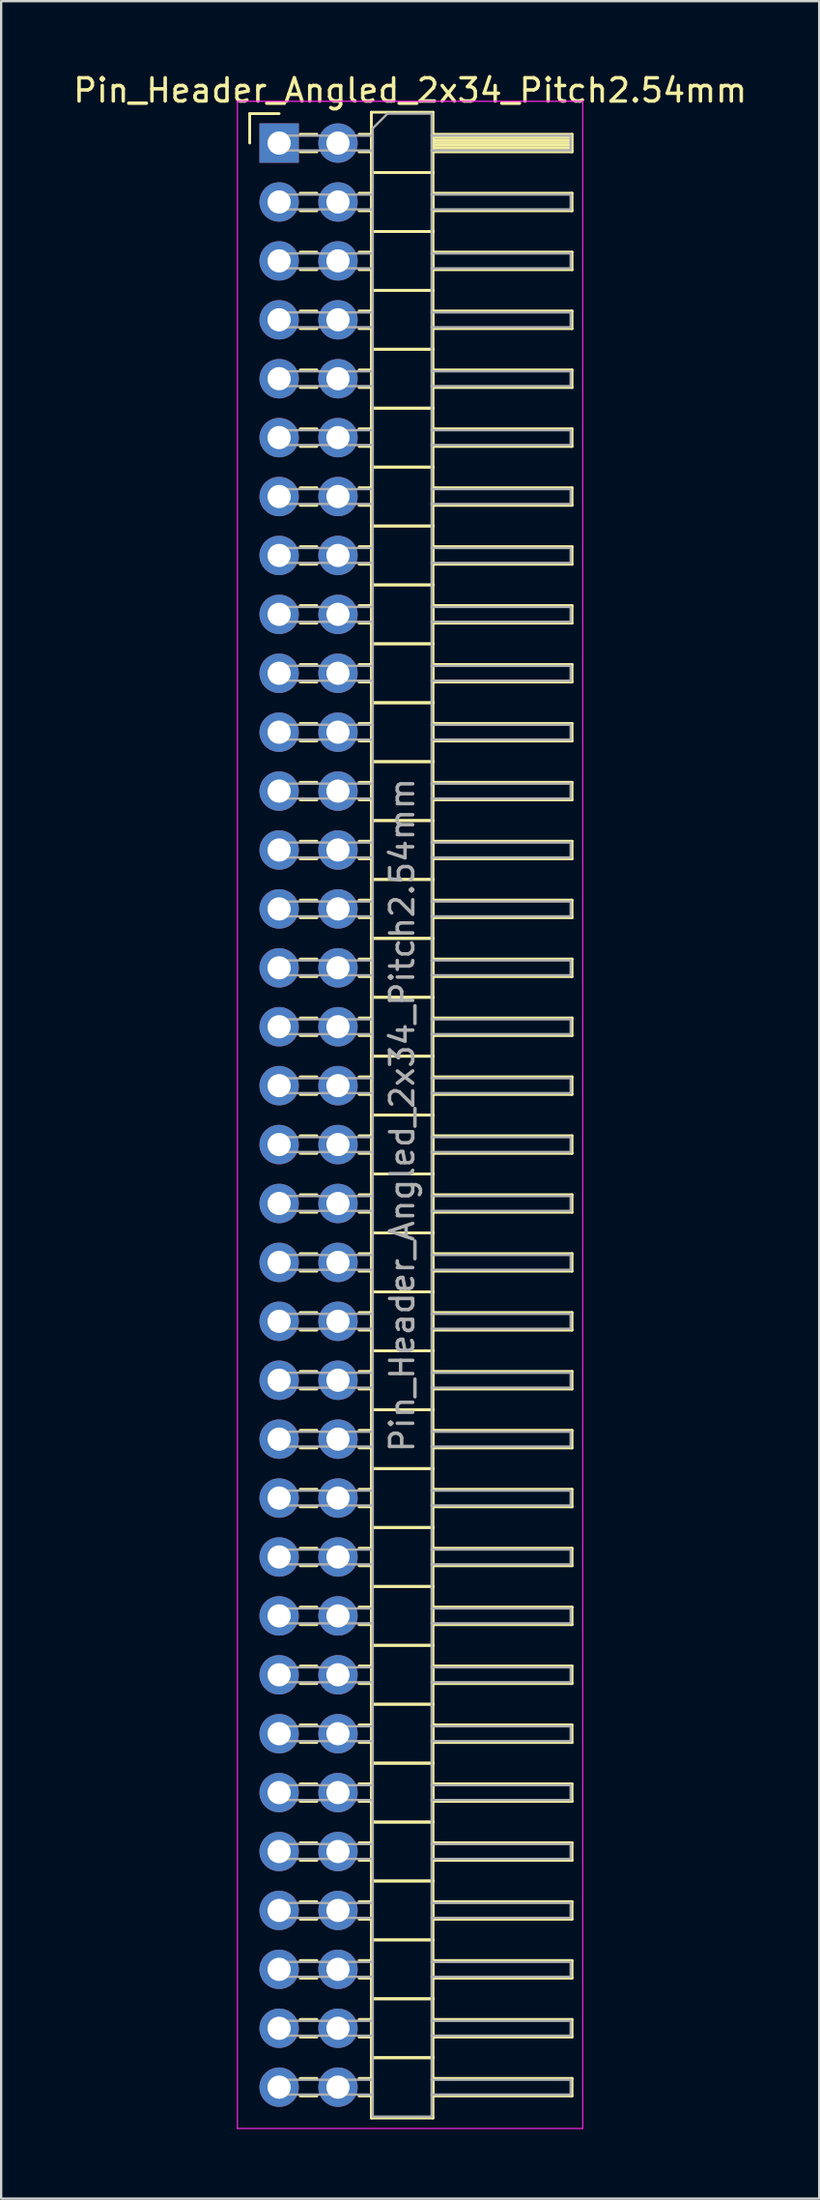
<source format=kicad_pcb>
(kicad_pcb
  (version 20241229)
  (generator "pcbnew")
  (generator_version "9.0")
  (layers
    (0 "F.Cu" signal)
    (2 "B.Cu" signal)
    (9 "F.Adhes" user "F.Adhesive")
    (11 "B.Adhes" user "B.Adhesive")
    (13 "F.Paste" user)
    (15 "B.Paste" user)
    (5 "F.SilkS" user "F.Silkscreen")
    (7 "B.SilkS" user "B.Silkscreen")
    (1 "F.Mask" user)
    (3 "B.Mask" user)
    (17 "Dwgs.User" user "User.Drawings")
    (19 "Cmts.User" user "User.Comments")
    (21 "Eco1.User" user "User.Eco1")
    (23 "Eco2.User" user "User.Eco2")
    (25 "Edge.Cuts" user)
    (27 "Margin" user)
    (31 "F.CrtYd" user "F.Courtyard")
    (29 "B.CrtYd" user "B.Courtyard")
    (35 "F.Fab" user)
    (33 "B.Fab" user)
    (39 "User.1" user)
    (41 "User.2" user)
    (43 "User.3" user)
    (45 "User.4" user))
  (footprint "Pin_Header_Angled_2x34_Pitch2.54mm"
    (layer "F.Cu")
    (at 8.994 3.118)
    (property "Reference" "Pin_Header_Angled_2x34_Pitch2.54mm" (at 5.655 -2.27 0) (layer "F.SilkS") (effects (font (size 1 1) (thickness 0.15))))
    (attr through_hole)
    (fp_line (start -1.27 -1.27) (end 0 -1.27) (stroke (width 0.12) (type solid)) (layer "F.SilkS"))
    (fp_line (start -1.27 0) (end -1.27 -1.27) (stroke (width 0.12) (type solid)) (layer "F.SilkS"))
    (fp_line (start 0.91 -0.38) (end 1.63 -0.38) (stroke (width 0.12) (type solid)) (layer "F.SilkS"))
    (fp_line (start 0.91 0.38) (end 1.63 0.38) (stroke (width 0.12) (type solid)) (layer "F.SilkS"))
    (fp_line (start 0.91 2.16) (end 1.63 2.16) (stroke (width 0.12) (type solid)) (layer "F.SilkS"))
    (fp_line (start 0.91 2.92) (end 1.63 2.92) (stroke (width 0.12) (type solid)) (layer "F.SilkS"))
    (fp_line (start 0.91 4.7) (end 1.63 4.7) (stroke (width 0.12) (type solid)) (layer "F.SilkS"))
    (fp_line (start 0.91 5.46) (end 1.63 5.46) (stroke (width 0.12) (type solid)) (layer "F.SilkS"))
    (fp_line (start 0.91 7.24) (end 1.63 7.24) (stroke (width 0.12) (type solid)) (layer "F.SilkS"))
    (fp_line (start 0.91 8) (end 1.63 8) (stroke (width 0.12) (type solid)) (layer "F.SilkS"))
    (fp_line (start 0.91 9.78) (end 1.63 9.78) (stroke (width 0.12) (type solid)) (layer "F.SilkS"))
    (fp_line (start 0.91 10.54) (end 1.63 10.54) (stroke (width 0.12) (type solid)) (layer "F.SilkS"))
    (fp_line (start 0.91 12.32) (end 1.63 12.32) (stroke (width 0.12) (type solid)) (layer "F.SilkS"))
    (fp_line (start 0.91 13.08) (end 1.63 13.08) (stroke (width 0.12) (type solid)) (layer "F.SilkS"))
    (fp_line (start 0.91 14.86) (end 1.63 14.86) (stroke (width 0.12) (type solid)) (layer "F.SilkS"))
    (fp_line (start 0.91 15.62) (end 1.63 15.62) (stroke (width 0.12) (type solid)) (layer "F.SilkS"))
    (fp_line (start 0.91 17.4) (end 1.63 17.4) (stroke (width 0.12) (type solid)) (layer "F.SilkS"))
    (fp_line (start 0.91 18.16) (end 1.63 18.16) (stroke (width 0.12) (type solid)) (layer "F.SilkS"))
    (fp_line (start 0.91 19.94) (end 1.63 19.94) (stroke (width 0.12) (type solid)) (layer "F.SilkS"))
    (fp_line (start 0.91 20.7) (end 1.63 20.7) (stroke (width 0.12) (type solid)) (layer "F.SilkS"))
    (fp_line (start 0.91 22.48) (end 1.63 22.48) (stroke (width 0.12) (type solid)) (layer "F.SilkS"))
    (fp_line (start 0.91 23.24) (end 1.63 23.24) (stroke (width 0.12) (type solid)) (layer "F.SilkS"))
    (fp_line (start 0.91 25.02) (end 1.63 25.02) (stroke (width 0.12) (type solid)) (layer "F.SilkS"))
    (fp_line (start 0.91 25.78) (end 1.63 25.78) (stroke (width 0.12) (type solid)) (layer "F.SilkS"))
    (fp_line (start 0.91 27.56) (end 1.63 27.56) (stroke (width 0.12) (type solid)) (layer "F.SilkS"))
    (fp_line (start 0.91 28.32) (end 1.63 28.32) (stroke (width 0.12) (type solid)) (layer "F.SilkS"))
    (fp_line (start 0.91 30.1) (end 1.63 30.1) (stroke (width 0.12) (type solid)) (layer "F.SilkS"))
    (fp_line (start 0.91 30.86) (end 1.63 30.86) (stroke (width 0.12) (type solid)) (layer "F.SilkS"))
    (fp_line (start 0.91 32.64) (end 1.63 32.64) (stroke (width 0.12) (type solid)) (layer "F.SilkS"))
    (fp_line (start 0.91 33.4) (end 1.63 33.4) (stroke (width 0.12) (type solid)) (layer "F.SilkS"))
    (fp_line (start 0.91 35.18) (end 1.63 35.18) (stroke (width 0.12) (type solid)) (layer "F.SilkS"))
    (fp_line (start 0.91 35.94) (end 1.63 35.94) (stroke (width 0.12) (type solid)) (layer "F.SilkS"))
    (fp_line (start 0.91 37.72) (end 1.63 37.72) (stroke (width 0.12) (type solid)) (layer "F.SilkS"))
    (fp_line (start 0.91 38.48) (end 1.63 38.48) (stroke (width 0.12) (type solid)) (layer "F.SilkS"))
    (fp_line (start 0.91 40.26) (end 1.63 40.26) (stroke (width 0.12) (type solid)) (layer "F.SilkS"))
    (fp_line (start 0.91 41.02) (end 1.63 41.02) (stroke (width 0.12) (type solid)) (layer "F.SilkS"))
    (fp_line (start 0.91 42.8) (end 1.63 42.8) (stroke (width 0.12) (type solid)) (layer "F.SilkS"))
    (fp_line (start 0.91 43.56) (end 1.63 43.56) (stroke (width 0.12) (type solid)) (layer "F.SilkS"))
    (fp_line (start 0.91 45.34) (end 1.63 45.34) (stroke (width 0.12) (type solid)) (layer "F.SilkS"))
    (fp_line (start 0.91 46.1) (end 1.63 46.1) (stroke (width 0.12) (type solid)) (layer "F.SilkS"))
    (fp_line (start 0.91 47.88) (end 1.63 47.88) (stroke (width 0.12) (type solid)) (layer "F.SilkS"))
    (fp_line (start 0.91 48.64) (end 1.63 48.64) (stroke (width 0.12) (type solid)) (layer "F.SilkS"))
    (fp_line (start 0.91 50.42) (end 1.63 50.42) (stroke (width 0.12) (type solid)) (layer "F.SilkS"))
    (fp_line (start 0.91 51.18) (end 1.63 51.18) (stroke (width 0.12) (type solid)) (layer "F.SilkS"))
    (fp_line (start 0.91 52.96) (end 1.63 52.96) (stroke (width 0.12) (type solid)) (layer "F.SilkS"))
    (fp_line (start 0.91 53.72) (end 1.63 53.72) (stroke (width 0.12) (type solid)) (layer "F.SilkS"))
    (fp_line (start 0.91 55.5) (end 1.63 55.5) (stroke (width 0.12) (type solid)) (layer "F.SilkS"))
    (fp_line (start 0.91 56.26) (end 1.63 56.26) (stroke (width 0.12) (type solid)) (layer "F.SilkS"))
    (fp_line (start 0.91 58.04) (end 1.63 58.04) (stroke (width 0.12) (type solid)) (layer "F.SilkS"))
    (fp_line (start 0.91 58.8) (end 1.63 58.8) (stroke (width 0.12) (type solid)) (layer "F.SilkS"))
    (fp_line (start 0.91 60.58) (end 1.63 60.58) (stroke (width 0.12) (type solid)) (layer "F.SilkS"))
    (fp_line (start 0.91 61.34) (end 1.63 61.34) (stroke (width 0.12) (type solid)) (layer "F.SilkS"))
    (fp_line (start 0.91 63.12) (end 1.63 63.12) (stroke (width 0.12) (type solid)) (layer "F.SilkS"))
    (fp_line (start 0.91 63.88) (end 1.63 63.88) (stroke (width 0.12) (type solid)) (layer "F.SilkS"))
    (fp_line (start 0.91 65.66) (end 1.63 65.66) (stroke (width 0.12) (type solid)) (layer "F.SilkS"))
    (fp_line (start 0.91 66.42) (end 1.63 66.42) (stroke (width 0.12) (type solid)) (layer "F.SilkS"))
    (fp_line (start 0.91 68.2) (end 1.63 68.2) (stroke (width 0.12) (type solid)) (layer "F.SilkS"))
    (fp_line (start 0.91 68.96) (end 1.63 68.96) (stroke (width 0.12) (type solid)) (layer "F.SilkS"))
    (fp_line (start 0.91 70.74) (end 1.63 70.74) (stroke (width 0.12) (type solid)) (layer "F.SilkS"))
    (fp_line (start 0.91 71.5) (end 1.63 71.5) (stroke (width 0.12) (type solid)) (layer "F.SilkS"))
    (fp_line (start 0.91 73.28) (end 1.63 73.28) (stroke (width 0.12) (type solid)) (layer "F.SilkS"))
    (fp_line (start 0.91 74.04) (end 1.63 74.04) (stroke (width 0.12) (type solid)) (layer "F.SilkS"))
    (fp_line (start 0.91 75.82) (end 1.63 75.82) (stroke (width 0.12) (type solid)) (layer "F.SilkS"))
    (fp_line (start 0.91 76.58) (end 1.63 76.58) (stroke (width 0.12) (type solid)) (layer "F.SilkS"))
    (fp_line (start 0.91 78.36) (end 1.63 78.36) (stroke (width 0.12) (type solid)) (layer "F.SilkS"))
    (fp_line (start 0.91 79.12) (end 1.63 79.12) (stroke (width 0.12) (type solid)) (layer "F.SilkS"))
    (fp_line (start 0.91 80.9) (end 1.63 80.9) (stroke (width 0.12) (type solid)) (layer "F.SilkS"))
    (fp_line (start 0.91 81.66) (end 1.63 81.66) (stroke (width 0.12) (type solid)) (layer "F.SilkS"))
    (fp_line (start 0.91 83.44) (end 1.63 83.44) (stroke (width 0.12) (type solid)) (layer "F.SilkS"))
    (fp_line (start 0.91 84.2) (end 1.63 84.2) (stroke (width 0.12) (type solid)) (layer "F.SilkS"))
    (fp_line (start 3.45 -0.38) (end 3.98 -0.38) (stroke (width 0.12) (type solid)) (layer "F.SilkS"))
    (fp_line (start 3.45 0.38) (end 3.98 0.38) (stroke (width 0.12) (type solid)) (layer "F.SilkS"))
    (fp_line (start 3.45 2.16) (end 3.98 2.16) (stroke (width 0.12) (type solid)) (layer "F.SilkS"))
    (fp_line (start 3.45 2.92) (end 3.98 2.92) (stroke (width 0.12) (type solid)) (layer "F.SilkS"))
    (fp_line (start 3.45 4.7) (end 3.98 4.7) (stroke (width 0.12) (type solid)) (layer "F.SilkS"))
    (fp_line (start 3.45 5.46) (end 3.98 5.46) (stroke (width 0.12) (type solid)) (layer "F.SilkS"))
    (fp_line (start 3.45 7.24) (end 3.98 7.24) (stroke (width 0.12) (type solid)) (layer "F.SilkS"))
    (fp_line (start 3.45 8) (end 3.98 8) (stroke (width 0.12) (type solid)) (layer "F.SilkS"))
    (fp_line (start 3.45 9.78) (end 3.98 9.78) (stroke (width 0.12) (type solid)) (layer "F.SilkS"))
    (fp_line (start 3.45 10.54) (end 3.98 10.54) (stroke (width 0.12) (type solid)) (layer "F.SilkS"))
    (fp_line (start 3.45 12.32) (end 3.98 12.32) (stroke (width 0.12) (type solid)) (layer "F.SilkS"))
    (fp_line (start 3.45 13.08) (end 3.98 13.08) (stroke (width 0.12) (type solid)) (layer "F.SilkS"))
    (fp_line (start 3.45 14.86) (end 3.98 14.86) (stroke (width 0.12) (type solid)) (layer "F.SilkS"))
    (fp_line (start 3.45 15.62) (end 3.98 15.62) (stroke (width 0.12) (type solid)) (layer "F.SilkS"))
    (fp_line (start 3.45 17.4) (end 3.98 17.4) (stroke (width 0.12) (type solid)) (layer "F.SilkS"))
    (fp_line (start 3.45 18.16) (end 3.98 18.16) (stroke (width 0.12) (type solid)) (layer "F.SilkS"))
    (fp_line (start 3.45 19.94) (end 3.98 19.94) (stroke (width 0.12) (type solid)) (layer "F.SilkS"))
    (fp_line (start 3.45 20.7) (end 3.98 20.7) (stroke (width 0.12) (type solid)) (layer "F.SilkS"))
    (fp_line (start 3.45 22.48) (end 3.98 22.48) (stroke (width 0.12) (type solid)) (layer "F.SilkS"))
    (fp_line (start 3.45 23.24) (end 3.98 23.24) (stroke (width 0.12) (type solid)) (layer "F.SilkS"))
    (fp_line (start 3.45 25.02) (end 3.98 25.02) (stroke (width 0.12) (type solid)) (layer "F.SilkS"))
    (fp_line (start 3.45 25.78) (end 3.98 25.78) (stroke (width 0.12) (type solid)) (layer "F.SilkS"))
    (fp_line (start 3.45 27.56) (end 3.98 27.56) (stroke (width 0.12) (type solid)) (layer "F.SilkS"))
    (fp_line (start 3.45 28.32) (end 3.98 28.32) (stroke (width 0.12) (type solid)) (layer "F.SilkS"))
    (fp_line (start 3.45 30.1) (end 3.98 30.1) (stroke (width 0.12) (type solid)) (layer "F.SilkS"))
    (fp_line (start 3.45 30.86) (end 3.98 30.86) (stroke (width 0.12) (type solid)) (layer "F.SilkS"))
    (fp_line (start 3.45 32.64) (end 3.98 32.64) (stroke (width 0.12) (type solid)) (layer "F.SilkS"))
    (fp_line (start 3.45 33.4) (end 3.98 33.4) (stroke (width 0.12) (type solid)) (layer "F.SilkS"))
    (fp_line (start 3.45 35.18) (end 3.98 35.18) (stroke (width 0.12) (type solid)) (layer "F.SilkS"))
    (fp_line (start 3.45 35.94) (end 3.98 35.94) (stroke (width 0.12) (type solid)) (layer "F.SilkS"))
    (fp_line (start 3.45 37.72) (end 3.98 37.72) (stroke (width 0.12) (type solid)) (layer "F.SilkS"))
    (fp_line (start 3.45 38.48) (end 3.98 38.48) (stroke (width 0.12) (type solid)) (layer "F.SilkS"))
    (fp_line (start 3.45 40.26) (end 3.98 40.26) (stroke (width 0.12) (type solid)) (layer "F.SilkS"))
    (fp_line (start 3.45 41.02) (end 3.98 41.02) (stroke (width 0.12) (type solid)) (layer "F.SilkS"))
    (fp_line (start 3.45 42.8) (end 3.98 42.8) (stroke (width 0.12) (type solid)) (layer "F.SilkS"))
    (fp_line (start 3.45 43.56) (end 3.98 43.56) (stroke (width 0.12) (type solid)) (layer "F.SilkS"))
    (fp_line (start 3.45 45.34) (end 3.98 45.34) (stroke (width 0.12) (type solid)) (layer "F.SilkS"))
    (fp_line (start 3.45 46.1) (end 3.98 46.1) (stroke (width 0.12) (type solid)) (layer "F.SilkS"))
    (fp_line (start 3.45 47.88) (end 3.98 47.88) (stroke (width 0.12) (type solid)) (layer "F.SilkS"))
    (fp_line (start 3.45 48.64) (end 3.98 48.64) (stroke (width 0.12) (type solid)) (layer "F.SilkS"))
    (fp_line (start 3.45 50.42) (end 3.98 50.42) (stroke (width 0.12) (type solid)) (layer "F.SilkS"))
    (fp_line (start 3.45 51.18) (end 3.98 51.18) (stroke (width 0.12) (type solid)) (layer "F.SilkS"))
    (fp_line (start 3.45 52.96) (end 3.98 52.96) (stroke (width 0.12) (type solid)) (layer "F.SilkS"))
    (fp_line (start 3.45 53.72) (end 3.98 53.72) (stroke (width 0.12) (type solid)) (layer "F.SilkS"))
    (fp_line (start 3.45 55.5) (end 3.98 55.5) (stroke (width 0.12) (type solid)) (layer "F.SilkS"))
    (fp_line (start 3.45 56.26) (end 3.98 56.26) (stroke (width 0.12) (type solid)) (layer "F.SilkS"))
    (fp_line (start 3.45 58.04) (end 3.98 58.04) (stroke (width 0.12) (type solid)) (layer "F.SilkS"))
    (fp_line (start 3.45 58.8) (end 3.98 58.8) (stroke (width 0.12) (type solid)) (layer "F.SilkS"))
    (fp_line (start 3.45 60.58) (end 3.98 60.58) (stroke (width 0.12) (type solid)) (layer "F.SilkS"))
    (fp_line (start 3.45 61.34) (end 3.98 61.34) (stroke (width 0.12) (type solid)) (layer "F.SilkS"))
    (fp_line (start 3.45 63.12) (end 3.98 63.12) (stroke (width 0.12) (type solid)) (layer "F.SilkS"))
    (fp_line (start 3.45 63.88) (end 3.98 63.88) (stroke (width 0.12) (type solid)) (layer "F.SilkS"))
    (fp_line (start 3.45 65.66) (end 3.98 65.66) (stroke (width 0.12) (type solid)) (layer "F.SilkS"))
    (fp_line (start 3.45 66.42) (end 3.98 66.42) (stroke (width 0.12) (type solid)) (layer "F.SilkS"))
    (fp_line (start 3.45 68.2) (end 3.98 68.2) (stroke (width 0.12) (type solid)) (layer "F.SilkS"))
    (fp_line (start 3.45 68.96) (end 3.98 68.96) (stroke (width 0.12) (type solid)) (layer "F.SilkS"))
    (fp_line (start 3.45 70.74) (end 3.98 70.74) (stroke (width 0.12) (type solid)) (layer "F.SilkS"))
    (fp_line (start 3.45 71.5) (end 3.98 71.5) (stroke (width 0.12) (type solid)) (layer "F.SilkS"))
    (fp_line (start 3.45 73.28) (end 3.98 73.28) (stroke (width 0.12) (type solid)) (layer "F.SilkS"))
    (fp_line (start 3.45 74.04) (end 3.98 74.04) (stroke (width 0.12) (type solid)) (layer "F.SilkS"))
    (fp_line (start 3.45 75.82) (end 3.98 75.82) (stroke (width 0.12) (type solid)) (layer "F.SilkS"))
    (fp_line (start 3.45 76.58) (end 3.98 76.58) (stroke (width 0.12) (type solid)) (layer "F.SilkS"))
    (fp_line (start 3.45 78.36) (end 3.98 78.36) (stroke (width 0.12) (type solid)) (layer "F.SilkS"))
    (fp_line (start 3.45 79.12) (end 3.98 79.12) (stroke (width 0.12) (type solid)) (layer "F.SilkS"))
    (fp_line (start 3.45 80.9) (end 3.98 80.9) (stroke (width 0.12) (type solid)) (layer "F.SilkS"))
    (fp_line (start 3.45 81.66) (end 3.98 81.66) (stroke (width 0.12) (type solid)) (layer "F.SilkS"))
    (fp_line (start 3.45 83.44) (end 3.98 83.44) (stroke (width 0.12) (type solid)) (layer "F.SilkS"))
    (fp_line (start 3.45 84.2) (end 3.98 84.2) (stroke (width 0.12) (type solid)) (layer "F.SilkS"))
    (fp_line (start 3.98 -1.33) (end 3.98 1.27) (stroke (width 0.12) (type solid)) (layer "F.SilkS"))
    (fp_line (start 3.98 1.27) (end 3.98 3.81) (stroke (width 0.12) (type solid)) (layer "F.SilkS"))
    (fp_line (start 3.98 1.27) (end 6.64 1.27) (stroke (width 0.12) (type solid)) (layer "F.SilkS"))
    (fp_line (start 3.98 3.81) (end 3.98 6.35) (stroke (width 0.12) (type solid)) (layer "F.SilkS"))
    (fp_line (start 3.98 3.81) (end 6.64 3.81) (stroke (width 0.12) (type solid)) (layer "F.SilkS"))
    (fp_line (start 3.98 6.35) (end 3.98 8.89) (stroke (width 0.12) (type solid)) (layer "F.SilkS"))
    (fp_line (start 3.98 6.35) (end 6.64 6.35) (stroke (width 0.12) (type solid)) (layer "F.SilkS"))
    (fp_line (start 3.98 8.89) (end 3.98 11.43) (stroke (width 0.12) (type solid)) (layer "F.SilkS"))
    (fp_line (start 3.98 8.89) (end 6.64 8.89) (stroke (width 0.12) (type solid)) (layer "F.SilkS"))
    (fp_line (start 3.98 11.43) (end 3.98 13.97) (stroke (width 0.12) (type solid)) (layer "F.SilkS"))
    (fp_line (start 3.98 11.43) (end 6.64 11.43) (stroke (width 0.12) (type solid)) (layer "F.SilkS"))
    (fp_line (start 3.98 13.97) (end 3.98 16.51) (stroke (width 0.12) (type solid)) (layer "F.SilkS"))
    (fp_line (start 3.98 13.97) (end 6.64 13.97) (stroke (width 0.12) (type solid)) (layer "F.SilkS"))
    (fp_line (start 3.98 16.51) (end 3.98 19.05) (stroke (width 0.12) (type solid)) (layer "F.SilkS"))
    (fp_line (start 3.98 16.51) (end 6.64 16.51) (stroke (width 0.12) (type solid)) (layer "F.SilkS"))
    (fp_line (start 3.98 19.05) (end 3.98 21.59) (stroke (width 0.12) (type solid)) (layer "F.SilkS"))
    (fp_line (start 3.98 19.05) (end 6.64 19.05) (stroke (width 0.12) (type solid)) (layer "F.SilkS"))
    (fp_line (start 3.98 21.59) (end 3.98 24.13) (stroke (width 0.12) (type solid)) (layer "F.SilkS"))
    (fp_line (start 3.98 21.59) (end 6.64 21.59) (stroke (width 0.12) (type solid)) (layer "F.SilkS"))
    (fp_line (start 3.98 24.13) (end 3.98 26.67) (stroke (width 0.12) (type solid)) (layer "F.SilkS"))
    (fp_line (start 3.98 24.13) (end 6.64 24.13) (stroke (width 0.12) (type solid)) (layer "F.SilkS"))
    (fp_line (start 3.98 26.67) (end 3.98 29.21) (stroke (width 0.12) (type solid)) (layer "F.SilkS"))
    (fp_line (start 3.98 26.67) (end 6.64 26.67) (stroke (width 0.12) (type solid)) (layer "F.SilkS"))
    (fp_line (start 3.98 29.21) (end 3.98 31.75) (stroke (width 0.12) (type solid)) (layer "F.SilkS"))
    (fp_line (start 3.98 29.21) (end 6.64 29.21) (stroke (width 0.12) (type solid)) (layer "F.SilkS"))
    (fp_line (start 3.98 31.75) (end 3.98 34.29) (stroke (width 0.12) (type solid)) (layer "F.SilkS"))
    (fp_line (start 3.98 31.75) (end 6.64 31.75) (stroke (width 0.12) (type solid)) (layer "F.SilkS"))
    (fp_line (start 3.98 34.29) (end 3.98 36.83) (stroke (width 0.12) (type solid)) (layer "F.SilkS"))
    (fp_line (start 3.98 34.29) (end 6.64 34.29) (stroke (width 0.12) (type solid)) (layer "F.SilkS"))
    (fp_line (start 3.98 36.83) (end 3.98 39.37) (stroke (width 0.12) (type solid)) (layer "F.SilkS"))
    (fp_line (start 3.98 36.83) (end 6.64 36.83) (stroke (width 0.12) (type solid)) (layer "F.SilkS"))
    (fp_line (start 3.98 39.37) (end 3.98 41.91) (stroke (width 0.12) (type solid)) (layer "F.SilkS"))
    (fp_line (start 3.98 39.37) (end 6.64 39.37) (stroke (width 0.12) (type solid)) (layer "F.SilkS"))
    (fp_line (start 3.98 41.91) (end 3.98 44.45) (stroke (width 0.12) (type solid)) (layer "F.SilkS"))
    (fp_line (start 3.98 41.91) (end 6.64 41.91) (stroke (width 0.12) (type solid)) (layer "F.SilkS"))
    (fp_line (start 3.98 44.45) (end 3.98 46.99) (stroke (width 0.12) (type solid)) (layer "F.SilkS"))
    (fp_line (start 3.98 44.45) (end 6.64 44.45) (stroke (width 0.12) (type solid)) (layer "F.SilkS"))
    (fp_line (start 3.98 46.99) (end 3.98 49.53) (stroke (width 0.12) (type solid)) (layer "F.SilkS"))
    (fp_line (start 3.98 46.99) (end 6.64 46.99) (stroke (width 0.12) (type solid)) (layer "F.SilkS"))
    (fp_line (start 3.98 49.53) (end 3.98 52.07) (stroke (width 0.12) (type solid)) (layer "F.SilkS"))
    (fp_line (start 3.98 49.53) (end 6.64 49.53) (stroke (width 0.12) (type solid)) (layer "F.SilkS"))
    (fp_line (start 3.98 52.07) (end 3.98 54.61) (stroke (width 0.12) (type solid)) (layer "F.SilkS"))
    (fp_line (start 3.98 52.07) (end 6.64 52.07) (stroke (width 0.12) (type solid)) (layer "F.SilkS"))
    (fp_line (start 3.98 54.61) (end 3.98 57.15) (stroke (width 0.12) (type solid)) (layer "F.SilkS"))
    (fp_line (start 3.98 54.61) (end 6.64 54.61) (stroke (width 0.12) (type solid)) (layer "F.SilkS"))
    (fp_line (start 3.98 57.15) (end 3.98 59.69) (stroke (width 0.12) (type solid)) (layer "F.SilkS"))
    (fp_line (start 3.98 57.15) (end 6.64 57.15) (stroke (width 0.12) (type solid)) (layer "F.SilkS"))
    (fp_line (start 3.98 59.69) (end 3.98 62.23) (stroke (width 0.12) (type solid)) (layer "F.SilkS"))
    (fp_line (start 3.98 59.69) (end 6.64 59.69) (stroke (width 0.12) (type solid)) (layer "F.SilkS"))
    (fp_line (start 3.98 62.23) (end 3.98 64.77) (stroke (width 0.12) (type solid)) (layer "F.SilkS"))
    (fp_line (start 3.98 62.23) (end 6.64 62.23) (stroke (width 0.12) (type solid)) (layer "F.SilkS"))
    (fp_line (start 3.98 64.77) (end 3.98 67.31) (stroke (width 0.12) (type solid)) (layer "F.SilkS"))
    (fp_line (start 3.98 64.77) (end 6.64 64.77) (stroke (width 0.12) (type solid)) (layer "F.SilkS"))
    (fp_line (start 3.98 67.31) (end 3.98 69.85) (stroke (width 0.12) (type solid)) (layer "F.SilkS"))
    (fp_line (start 3.98 67.31) (end 6.64 67.31) (stroke (width 0.12) (type solid)) (layer "F.SilkS"))
    (fp_line (start 3.98 69.85) (end 3.98 72.39) (stroke (width 0.12) (type solid)) (layer "F.SilkS"))
    (fp_line (start 3.98 69.85) (end 6.64 69.85) (stroke (width 0.12) (type solid)) (layer "F.SilkS"))
    (fp_line (start 3.98 72.39) (end 3.98 74.93) (stroke (width 0.12) (type solid)) (layer "F.SilkS"))
    (fp_line (start 3.98 72.39) (end 6.64 72.39) (stroke (width 0.12) (type solid)) (layer "F.SilkS"))
    (fp_line (start 3.98 74.93) (end 3.98 77.47) (stroke (width 0.12) (type solid)) (layer "F.SilkS"))
    (fp_line (start 3.98 74.93) (end 6.64 74.93) (stroke (width 0.12) (type solid)) (layer "F.SilkS"))
    (fp_line (start 3.98 77.47) (end 3.98 80.01) (stroke (width 0.12) (type solid)) (layer "F.SilkS"))
    (fp_line (start 3.98 77.47) (end 6.64 77.47) (stroke (width 0.12) (type solid)) (layer "F.SilkS"))
    (fp_line (start 3.98 80.01) (end 3.98 82.55) (stroke (width 0.12) (type solid)) (layer "F.SilkS"))
    (fp_line (start 3.98 80.01) (end 6.64 80.01) (stroke (width 0.12) (type solid)) (layer "F.SilkS"))
    (fp_line (start 3.98 82.55) (end 3.98 85.15) (stroke (width 0.12) (type solid)) (layer "F.SilkS"))
    (fp_line (start 3.98 82.55) (end 6.64 82.55) (stroke (width 0.12) (type solid)) (layer "F.SilkS"))
    (fp_line (start 3.98 85.15) (end 6.64 85.15) (stroke (width 0.12) (type solid)) (layer "F.SilkS"))
    (fp_line (start 6.64 -1.33) (end 3.98 -1.33) (stroke (width 0.12) (type solid)) (layer "F.SilkS"))
    (fp_line (start 6.64 -0.38) (end 6.64 0.38) (stroke (width 0.12) (type solid)) (layer "F.SilkS"))
    (fp_line (start 6.64 -0.26) (end 12.64 -0.26) (stroke (width 0.12) (type solid)) (layer "F.SilkS"))
    (fp_line (start 6.64 -0.14) (end 12.64 -0.14) (stroke (width 0.12) (type solid)) (layer "F.SilkS"))
    (fp_line (start 6.64 -0.02) (end 12.64 -0.02) (stroke (width 0.12) (type solid)) (layer "F.SilkS"))
    (fp_line (start 6.64 0.1) (end 12.64 0.1) (stroke (width 0.12) (type solid)) (layer "F.SilkS"))
    (fp_line (start 6.64 0.22) (end 12.64 0.22) (stroke (width 0.12) (type solid)) (layer "F.SilkS"))
    (fp_line (start 6.64 0.34) (end 12.64 0.34) (stroke (width 0.12) (type solid)) (layer "F.SilkS"))
    (fp_line (start 6.64 0.38) (end 12.64 0.38) (stroke (width 0.12) (type solid)) (layer "F.SilkS"))
    (fp_line (start 6.64 1.27) (end 3.98 1.27) (stroke (width 0.12) (type solid)) (layer "F.SilkS"))
    (fp_line (start 6.64 1.27) (end 6.64 -1.33) (stroke (width 0.12) (type solid)) (layer "F.SilkS"))
    (fp_line (start 6.64 2.16) (end 6.64 2.92) (stroke (width 0.12) (type solid)) (layer "F.SilkS"))
    (fp_line (start 6.64 2.92) (end 12.64 2.92) (stroke (width 0.12) (type solid)) (layer "F.SilkS"))
    (fp_line (start 6.64 3.81) (end 3.98 3.81) (stroke (width 0.12) (type solid)) (layer "F.SilkS"))
    (fp_line (start 6.64 3.81) (end 6.64 1.27) (stroke (width 0.12) (type solid)) (layer "F.SilkS"))
    (fp_line (start 6.64 4.7) (end 6.64 5.46) (stroke (width 0.12) (type solid)) (layer "F.SilkS"))
    (fp_line (start 6.64 5.46) (end 12.64 5.46) (stroke (width 0.12) (type solid)) (layer "F.SilkS"))
    (fp_line (start 6.64 6.35) (end 3.98 6.35) (stroke (width 0.12) (type solid)) (layer "F.SilkS"))
    (fp_line (start 6.64 6.35) (end 6.64 3.81) (stroke (width 0.12) (type solid)) (layer "F.SilkS"))
    (fp_line (start 6.64 7.24) (end 6.64 8) (stroke (width 0.12) (type solid)) (layer "F.SilkS"))
    (fp_line (start 6.64 8) (end 12.64 8) (stroke (width 0.12) (type solid)) (layer "F.SilkS"))
    (fp_line (start 6.64 8.89) (end 3.98 8.89) (stroke (width 0.12) (type solid)) (layer "F.SilkS"))
    (fp_line (start 6.64 8.89) (end 6.64 6.35) (stroke (width 0.12) (type solid)) (layer "F.SilkS"))
    (fp_line (start 6.64 9.78) (end 6.64 10.54) (stroke (width 0.12) (type solid)) (layer "F.SilkS"))
    (fp_line (start 6.64 10.54) (end 12.64 10.54) (stroke (width 0.12) (type solid)) (layer "F.SilkS"))
    (fp_line (start 6.64 11.43) (end 3.98 11.43) (stroke (width 0.12) (type solid)) (layer "F.SilkS"))
    (fp_line (start 6.64 11.43) (end 6.64 8.89) (stroke (width 0.12) (type solid)) (layer "F.SilkS"))
    (fp_line (start 6.64 12.32) (end 6.64 13.08) (stroke (width 0.12) (type solid)) (layer "F.SilkS"))
    (fp_line (start 6.64 13.08) (end 12.64 13.08) (stroke (width 0.12) (type solid)) (layer "F.SilkS"))
    (fp_line (start 6.64 13.97) (end 3.98 13.97) (stroke (width 0.12) (type solid)) (layer "F.SilkS"))
    (fp_line (start 6.64 13.97) (end 6.64 11.43) (stroke (width 0.12) (type solid)) (layer "F.SilkS"))
    (fp_line (start 6.64 14.86) (end 6.64 15.62) (stroke (width 0.12) (type solid)) (layer "F.SilkS"))
    (fp_line (start 6.64 15.62) (end 12.64 15.62) (stroke (width 0.12) (type solid)) (layer "F.SilkS"))
    (fp_line (start 6.64 16.51) (end 3.98 16.51) (stroke (width 0.12) (type solid)) (layer "F.SilkS"))
    (fp_line (start 6.64 16.51) (end 6.64 13.97) (stroke (width 0.12) (type solid)) (layer "F.SilkS"))
    (fp_line (start 6.64 17.4) (end 6.64 18.16) (stroke (width 0.12) (type solid)) (layer "F.SilkS"))
    (fp_line (start 6.64 18.16) (end 12.64 18.16) (stroke (width 0.12) (type solid)) (layer "F.SilkS"))
    (fp_line (start 6.64 19.05) (end 3.98 19.05) (stroke (width 0.12) (type solid)) (layer "F.SilkS"))
    (fp_line (start 6.64 19.05) (end 6.64 16.51) (stroke (width 0.12) (type solid)) (layer "F.SilkS"))
    (fp_line (start 6.64 19.94) (end 6.64 20.7) (stroke (width 0.12) (type solid)) (layer "F.SilkS"))
    (fp_line (start 6.64 20.7) (end 12.64 20.7) (stroke (width 0.12) (type solid)) (layer "F.SilkS"))
    (fp_line (start 6.64 21.59) (end 3.98 21.59) (stroke (width 0.12) (type solid)) (layer "F.SilkS"))
    (fp_line (start 6.64 21.59) (end 6.64 19.05) (stroke (width 0.12) (type solid)) (layer "F.SilkS"))
    (fp_line (start 6.64 22.48) (end 6.64 23.24) (stroke (width 0.12) (type solid)) (layer "F.SilkS"))
    (fp_line (start 6.64 23.24) (end 12.64 23.24) (stroke (width 0.12) (type solid)) (layer "F.SilkS"))
    (fp_line (start 6.64 24.13) (end 3.98 24.13) (stroke (width 0.12) (type solid)) (layer "F.SilkS"))
    (fp_line (start 6.64 24.13) (end 6.64 21.59) (stroke (width 0.12) (type solid)) (layer "F.SilkS"))
    (fp_line (start 6.64 25.02) (end 6.64 25.78) (stroke (width 0.12) (type solid)) (layer "F.SilkS"))
    (fp_line (start 6.64 25.78) (end 12.64 25.78) (stroke (width 0.12) (type solid)) (layer "F.SilkS"))
    (fp_line (start 6.64 26.67) (end 3.98 26.67) (stroke (width 0.12) (type solid)) (layer "F.SilkS"))
    (fp_line (start 6.64 26.67) (end 6.64 24.13) (stroke (width 0.12) (type solid)) (layer "F.SilkS"))
    (fp_line (start 6.64 27.56) (end 6.64 28.32) (stroke (width 0.12) (type solid)) (layer "F.SilkS"))
    (fp_line (start 6.64 28.32) (end 12.64 28.32) (stroke (width 0.12) (type solid)) (layer "F.SilkS"))
    (fp_line (start 6.64 29.21) (end 3.98 29.21) (stroke (width 0.12) (type solid)) (layer "F.SilkS"))
    (fp_line (start 6.64 29.21) (end 6.64 26.67) (stroke (width 0.12) (type solid)) (layer "F.SilkS"))
    (fp_line (start 6.64 30.1) (end 6.64 30.86) (stroke (width 0.12) (type solid)) (layer "F.SilkS"))
    (fp_line (start 6.64 30.86) (end 12.64 30.86) (stroke (width 0.12) (type solid)) (layer "F.SilkS"))
    (fp_line (start 6.64 31.75) (end 3.98 31.75) (stroke (width 0.12) (type solid)) (layer "F.SilkS"))
    (fp_line (start 6.64 31.75) (end 6.64 29.21) (stroke (width 0.12) (type solid)) (layer "F.SilkS"))
    (fp_line (start 6.64 32.64) (end 6.64 33.4) (stroke (width 0.12) (type solid)) (layer "F.SilkS"))
    (fp_line (start 6.64 33.4) (end 12.64 33.4) (stroke (width 0.12) (type solid)) (layer "F.SilkS"))
    (fp_line (start 6.64 34.29) (end 3.98 34.29) (stroke (width 0.12) (type solid)) (layer "F.SilkS"))
    (fp_line (start 6.64 34.29) (end 6.64 31.75) (stroke (width 0.12) (type solid)) (layer "F.SilkS"))
    (fp_line (start 6.64 35.18) (end 6.64 35.94) (stroke (width 0.12) (type solid)) (layer "F.SilkS"))
    (fp_line (start 6.64 35.94) (end 12.64 35.94) (stroke (width 0.12) (type solid)) (layer "F.SilkS"))
    (fp_line (start 6.64 36.83) (end 3.98 36.83) (stroke (width 0.12) (type solid)) (layer "F.SilkS"))
    (fp_line (start 6.64 36.83) (end 6.64 34.29) (stroke (width 0.12) (type solid)) (layer "F.SilkS"))
    (fp_line (start 6.64 37.72) (end 6.64 38.48) (stroke (width 0.12) (type solid)) (layer "F.SilkS"))
    (fp_line (start 6.64 38.48) (end 12.64 38.48) (stroke (width 0.12) (type solid)) (layer "F.SilkS"))
    (fp_line (start 6.64 39.37) (end 3.98 39.37) (stroke (width 0.12) (type solid)) (layer "F.SilkS"))
    (fp_line (start 6.64 39.37) (end 6.64 36.83) (stroke (width 0.12) (type solid)) (layer "F.SilkS"))
    (fp_line (start 6.64 40.26) (end 6.64 41.02) (stroke (width 0.12) (type solid)) (layer "F.SilkS"))
    (fp_line (start 6.64 41.02) (end 12.64 41.02) (stroke (width 0.12) (type solid)) (layer "F.SilkS"))
    (fp_line (start 6.64 41.91) (end 3.98 41.91) (stroke (width 0.12) (type solid)) (layer "F.SilkS"))
    (fp_line (start 6.64 41.91) (end 6.64 39.37) (stroke (width 0.12) (type solid)) (layer "F.SilkS"))
    (fp_line (start 6.64 42.8) (end 6.64 43.56) (stroke (width 0.12) (type solid)) (layer "F.SilkS"))
    (fp_line (start 6.64 43.56) (end 12.64 43.56) (stroke (width 0.12) (type solid)) (layer "F.SilkS"))
    (fp_line (start 6.64 44.45) (end 3.98 44.45) (stroke (width 0.12) (type solid)) (layer "F.SilkS"))
    (fp_line (start 6.64 44.45) (end 6.64 41.91) (stroke (width 0.12) (type solid)) (layer "F.SilkS"))
    (fp_line (start 6.64 45.34) (end 6.64 46.1) (stroke (width 0.12) (type solid)) (layer "F.SilkS"))
    (fp_line (start 6.64 46.1) (end 12.64 46.1) (stroke (width 0.12) (type solid)) (layer "F.SilkS"))
    (fp_line (start 6.64 46.99) (end 3.98 46.99) (stroke (width 0.12) (type solid)) (layer "F.SilkS"))
    (fp_line (start 6.64 46.99) (end 6.64 44.45) (stroke (width 0.12) (type solid)) (layer "F.SilkS"))
    (fp_line (start 6.64 47.88) (end 6.64 48.64) (stroke (width 0.12) (type solid)) (layer "F.SilkS"))
    (fp_line (start 6.64 48.64) (end 12.64 48.64) (stroke (width 0.12) (type solid)) (layer "F.SilkS"))
    (fp_line (start 6.64 49.53) (end 3.98 49.53) (stroke (width 0.12) (type solid)) (layer "F.SilkS"))
    (fp_line (start 6.64 49.53) (end 6.64 46.99) (stroke (width 0.12) (type solid)) (layer "F.SilkS"))
    (fp_line (start 6.64 50.42) (end 6.64 51.18) (stroke (width 0.12) (type solid)) (layer "F.SilkS"))
    (fp_line (start 6.64 51.18) (end 12.64 51.18) (stroke (width 0.12) (type solid)) (layer "F.SilkS"))
    (fp_line (start 6.64 52.07) (end 3.98 52.07) (stroke (width 0.12) (type solid)) (layer "F.SilkS"))
    (fp_line (start 6.64 52.07) (end 6.64 49.53) (stroke (width 0.12) (type solid)) (layer "F.SilkS"))
    (fp_line (start 6.64 52.96) (end 6.64 53.72) (stroke (width 0.12) (type solid)) (layer "F.SilkS"))
    (fp_line (start 6.64 53.72) (end 12.64 53.72) (stroke (width 0.12) (type solid)) (layer "F.SilkS"))
    (fp_line (start 6.64 54.61) (end 3.98 54.61) (stroke (width 0.12) (type solid)) (layer "F.SilkS"))
    (fp_line (start 6.64 54.61) (end 6.64 52.07) (stroke (width 0.12) (type solid)) (layer "F.SilkS"))
    (fp_line (start 6.64 55.5) (end 6.64 56.26) (stroke (width 0.12) (type solid)) (layer "F.SilkS"))
    (fp_line (start 6.64 56.26) (end 12.64 56.26) (stroke (width 0.12) (type solid)) (layer "F.SilkS"))
    (fp_line (start 6.64 57.15) (end 3.98 57.15) (stroke (width 0.12) (type solid)) (layer "F.SilkS"))
    (fp_line (start 6.64 57.15) (end 6.64 54.61) (stroke (width 0.12) (type solid)) (layer "F.SilkS"))
    (fp_line (start 6.64 58.04) (end 6.64 58.8) (stroke (width 0.12) (type solid)) (layer "F.SilkS"))
    (fp_line (start 6.64 58.8) (end 12.64 58.8) (stroke (width 0.12) (type solid)) (layer "F.SilkS"))
    (fp_line (start 6.64 59.69) (end 3.98 59.69) (stroke (width 0.12) (type solid)) (layer "F.SilkS"))
    (fp_line (start 6.64 59.69) (end 6.64 57.15) (stroke (width 0.12) (type solid)) (layer "F.SilkS"))
    (fp_line (start 6.64 60.58) (end 6.64 61.34) (stroke (width 0.12) (type solid)) (layer "F.SilkS"))
    (fp_line (start 6.64 61.34) (end 12.64 61.34) (stroke (width 0.12) (type solid)) (layer "F.SilkS"))
    (fp_line (start 6.64 62.23) (end 3.98 62.23) (stroke (width 0.12) (type solid)) (layer "F.SilkS"))
    (fp_line (start 6.64 62.23) (end 6.64 59.69) (stroke (width 0.12) (type solid)) (layer "F.SilkS"))
    (fp_line (start 6.64 63.12) (end 6.64 63.88) (stroke (width 0.12) (type solid)) (layer "F.SilkS"))
    (fp_line (start 6.64 63.88) (end 12.64 63.88) (stroke (width 0.12) (type solid)) (layer "F.SilkS"))
    (fp_line (start 6.64 64.77) (end 3.98 64.77) (stroke (width 0.12) (type solid)) (layer "F.SilkS"))
    (fp_line (start 6.64 64.77) (end 6.64 62.23) (stroke (width 0.12) (type solid)) (layer "F.SilkS"))
    (fp_line (start 6.64 65.66) (end 6.64 66.42) (stroke (width 0.12) (type solid)) (layer "F.SilkS"))
    (fp_line (start 6.64 66.42) (end 12.64 66.42) (stroke (width 0.12) (type solid)) (layer "F.SilkS"))
    (fp_line (start 6.64 67.31) (end 3.98 67.31) (stroke (width 0.12) (type solid)) (layer "F.SilkS"))
    (fp_line (start 6.64 67.31) (end 6.64 64.77) (stroke (width 0.12) (type solid)) (layer "F.SilkS"))
    (fp_line (start 6.64 68.2) (end 6.64 68.96) (stroke (width 0.12) (type solid)) (layer "F.SilkS"))
    (fp_line (start 6.64 68.96) (end 12.64 68.96) (stroke (width 0.12) (type solid)) (layer "F.SilkS"))
    (fp_line (start 6.64 69.85) (end 3.98 69.85) (stroke (width 0.12) (type solid)) (layer "F.SilkS"))
    (fp_line (start 6.64 69.85) (end 6.64 67.31) (stroke (width 0.12) (type solid)) (layer "F.SilkS"))
    (fp_line (start 6.64 70.74) (end 6.64 71.5) (stroke (width 0.12) (type solid)) (layer "F.SilkS"))
    (fp_line (start 6.64 71.5) (end 12.64 71.5) (stroke (width 0.12) (type solid)) (layer "F.SilkS"))
    (fp_line (start 6.64 72.39) (end 3.98 72.39) (stroke (width 0.12) (type solid)) (layer "F.SilkS"))
    (fp_line (start 6.64 72.39) (end 6.64 69.85) (stroke (width 0.12) (type solid)) (layer "F.SilkS"))
    (fp_line (start 6.64 73.28) (end 6.64 74.04) (stroke (width 0.12) (type solid)) (layer "F.SilkS"))
    (fp_line (start 6.64 74.04) (end 12.64 74.04) (stroke (width 0.12) (type solid)) (layer "F.SilkS"))
    (fp_line (start 6.64 74.93) (end 3.98 74.93) (stroke (width 0.12) (type solid)) (layer "F.SilkS"))
    (fp_line (start 6.64 74.93) (end 6.64 72.39) (stroke (width 0.12) (type solid)) (layer "F.SilkS"))
    (fp_line (start 6.64 75.82) (end 6.64 76.58) (stroke (width 0.12) (type solid)) (layer "F.SilkS"))
    (fp_line (start 6.64 76.58) (end 12.64 76.58) (stroke (width 0.12) (type solid)) (layer "F.SilkS"))
    (fp_line (start 6.64 77.47) (end 3.98 77.47) (stroke (width 0.12) (type solid)) (layer "F.SilkS"))
    (fp_line (start 6.64 77.47) (end 6.64 74.93) (stroke (width 0.12) (type solid)) (layer "F.SilkS"))
    (fp_line (start 6.64 78.36) (end 6.64 79.12) (stroke (width 0.12) (type solid)) (layer "F.SilkS"))
    (fp_line (start 6.64 79.12) (end 12.64 79.12) (stroke (width 0.12) (type solid)) (layer "F.SilkS"))
    (fp_line (start 6.64 80.01) (end 3.98 80.01) (stroke (width 0.12) (type solid)) (layer "F.SilkS"))
    (fp_line (start 6.64 80.01) (end 6.64 77.47) (stroke (width 0.12) (type solid)) (layer "F.SilkS"))
    (fp_line (start 6.64 80.9) (end 6.64 81.66) (stroke (width 0.12) (type solid)) (layer "F.SilkS"))
    (fp_line (start 6.64 81.66) (end 12.64 81.66) (stroke (width 0.12) (type solid)) (layer "F.SilkS"))
    (fp_line (start 6.64 82.55) (end 3.98 82.55) (stroke (width 0.12) (type solid)) (layer "F.SilkS"))
    (fp_line (start 6.64 82.55) (end 6.64 80.01) (stroke (width 0.12) (type solid)) (layer "F.SilkS"))
    (fp_line (start 6.64 83.44) (end 6.64 84.2) (stroke (width 0.12) (type solid)) (layer "F.SilkS"))
    (fp_line (start 6.64 84.2) (end 12.64 84.2) (stroke (width 0.12) (type solid)) (layer "F.SilkS"))
    (fp_line (start 6.64 85.15) (end 6.64 82.55) (stroke (width 0.12) (type solid)) (layer "F.SilkS"))
    (fp_line (start 12.64 -0.38) (end 6.64 -0.38) (stroke (width 0.12) (type solid)) (layer "F.SilkS"))
    (fp_line (start 12.64 0.38) (end 12.64 -0.38) (stroke (width 0.12) (type solid)) (layer "F.SilkS"))
    (fp_line (start 12.64 2.16) (end 6.64 2.16) (stroke (width 0.12) (type solid)) (layer "F.SilkS"))
    (fp_line (start 12.64 2.92) (end 12.64 2.16) (stroke (width 0.12) (type solid)) (layer "F.SilkS"))
    (fp_line (start 12.64 4.7) (end 6.64 4.7) (stroke (width 0.12) (type solid)) (layer "F.SilkS"))
    (fp_line (start 12.64 5.46) (end 12.64 4.7) (stroke (width 0.12) (type solid)) (layer "F.SilkS"))
    (fp_line (start 12.64 7.24) (end 6.64 7.24) (stroke (width 0.12) (type solid)) (layer "F.SilkS"))
    (fp_line (start 12.64 8) (end 12.64 7.24) (stroke (width 0.12) (type solid)) (layer "F.SilkS"))
    (fp_line (start 12.64 9.78) (end 6.64 9.78) (stroke (width 0.12) (type solid)) (layer "F.SilkS"))
    (fp_line (start 12.64 10.54) (end 12.64 9.78) (stroke (width 0.12) (type solid)) (layer "F.SilkS"))
    (fp_line (start 12.64 12.32) (end 6.64 12.32) (stroke (width 0.12) (type solid)) (layer "F.SilkS"))
    (fp_line (start 12.64 13.08) (end 12.64 12.32) (stroke (width 0.12) (type solid)) (layer "F.SilkS"))
    (fp_line (start 12.64 14.86) (end 6.64 14.86) (stroke (width 0.12) (type solid)) (layer "F.SilkS"))
    (fp_line (start 12.64 15.62) (end 12.64 14.86) (stroke (width 0.12) (type solid)) (layer "F.SilkS"))
    (fp_line (start 12.64 17.4) (end 6.64 17.4) (stroke (width 0.12) (type solid)) (layer "F.SilkS"))
    (fp_line (start 12.64 18.16) (end 12.64 17.4) (stroke (width 0.12) (type solid)) (layer "F.SilkS"))
    (fp_line (start 12.64 19.94) (end 6.64 19.94) (stroke (width 0.12) (type solid)) (layer "F.SilkS"))
    (fp_line (start 12.64 20.7) (end 12.64 19.94) (stroke (width 0.12) (type solid)) (layer "F.SilkS"))
    (fp_line (start 12.64 22.48) (end 6.64 22.48) (stroke (width 0.12) (type solid)) (layer "F.SilkS"))
    (fp_line (start 12.64 23.24) (end 12.64 22.48) (stroke (width 0.12) (type solid)) (layer "F.SilkS"))
    (fp_line (start 12.64 25.02) (end 6.64 25.02) (stroke (width 0.12) (type solid)) (layer "F.SilkS"))
    (fp_line (start 12.64 25.78) (end 12.64 25.02) (stroke (width 0.12) (type solid)) (layer "F.SilkS"))
    (fp_line (start 12.64 27.56) (end 6.64 27.56) (stroke (width 0.12) (type solid)) (layer "F.SilkS"))
    (fp_line (start 12.64 28.32) (end 12.64 27.56) (stroke (width 0.12) (type solid)) (layer "F.SilkS"))
    (fp_line (start 12.64 30.1) (end 6.64 30.1) (stroke (width 0.12) (type solid)) (layer "F.SilkS"))
    (fp_line (start 12.64 30.86) (end 12.64 30.1) (stroke (width 0.12) (type solid)) (layer "F.SilkS"))
    (fp_line (start 12.64 32.64) (end 6.64 32.64) (stroke (width 0.12) (type solid)) (layer "F.SilkS"))
    (fp_line (start 12.64 33.4) (end 12.64 32.64) (stroke (width 0.12) (type solid)) (layer "F.SilkS"))
    (fp_line (start 12.64 35.18) (end 6.64 35.18) (stroke (width 0.12) (type solid)) (layer "F.SilkS"))
    (fp_line (start 12.64 35.94) (end 12.64 35.18) (stroke (width 0.12) (type solid)) (layer "F.SilkS"))
    (fp_line (start 12.64 37.72) (end 6.64 37.72) (stroke (width 0.12) (type solid)) (layer "F.SilkS"))
    (fp_line (start 12.64 38.48) (end 12.64 37.72) (stroke (width 0.12) (type solid)) (layer "F.SilkS"))
    (fp_line (start 12.64 40.26) (end 6.64 40.26) (stroke (width 0.12) (type solid)) (layer "F.SilkS"))
    (fp_line (start 12.64 41.02) (end 12.64 40.26) (stroke (width 0.12) (type solid)) (layer "F.SilkS"))
    (fp_line (start 12.64 42.8) (end 6.64 42.8) (stroke (width 0.12) (type solid)) (layer "F.SilkS"))
    (fp_line (start 12.64 43.56) (end 12.64 42.8) (stroke (width 0.12) (type solid)) (layer "F.SilkS"))
    (fp_line (start 12.64 45.34) (end 6.64 45.34) (stroke (width 0.12) (type solid)) (layer "F.SilkS"))
    (fp_line (start 12.64 46.1) (end 12.64 45.34) (stroke (width 0.12) (type solid)) (layer "F.SilkS"))
    (fp_line (start 12.64 47.88) (end 6.64 47.88) (stroke (width 0.12) (type solid)) (layer "F.SilkS"))
    (fp_line (start 12.64 48.64) (end 12.64 47.88) (stroke (width 0.12) (type solid)) (layer "F.SilkS"))
    (fp_line (start 12.64 50.42) (end 6.64 50.42) (stroke (width 0.12) (type solid)) (layer "F.SilkS"))
    (fp_line (start 12.64 51.18) (end 12.64 50.42) (stroke (width 0.12) (type solid)) (layer "F.SilkS"))
    (fp_line (start 12.64 52.96) (end 6.64 52.96) (stroke (width 0.12) (type solid)) (layer "F.SilkS"))
    (fp_line (start 12.64 53.72) (end 12.64 52.96) (stroke (width 0.12) (type solid)) (layer "F.SilkS"))
    (fp_line (start 12.64 55.5) (end 6.64 55.5) (stroke (width 0.12) (type solid)) (layer "F.SilkS"))
    (fp_line (start 12.64 56.26) (end 12.64 55.5) (stroke (width 0.12) (type solid)) (layer "F.SilkS"))
    (fp_line (start 12.64 58.04) (end 6.64 58.04) (stroke (width 0.12) (type solid)) (layer "F.SilkS"))
    (fp_line (start 12.64 58.8) (end 12.64 58.04) (stroke (width 0.12) (type solid)) (layer "F.SilkS"))
    (fp_line (start 12.64 60.58) (end 6.64 60.58) (stroke (width 0.12) (type solid)) (layer "F.SilkS"))
    (fp_line (start 12.64 61.34) (end 12.64 60.58) (stroke (width 0.12) (type solid)) (layer "F.SilkS"))
    (fp_line (start 12.64 63.12) (end 6.64 63.12) (stroke (width 0.12) (type solid)) (layer "F.SilkS"))
    (fp_line (start 12.64 63.88) (end 12.64 63.12) (stroke (width 0.12) (type solid)) (layer "F.SilkS"))
    (fp_line (start 12.64 65.66) (end 6.64 65.66) (stroke (width 0.12) (type solid)) (layer "F.SilkS"))
    (fp_line (start 12.64 66.42) (end 12.64 65.66) (stroke (width 0.12) (type solid)) (layer "F.SilkS"))
    (fp_line (start 12.64 68.2) (end 6.64 68.2) (stroke (width 0.12) (type solid)) (layer "F.SilkS"))
    (fp_line (start 12.64 68.96) (end 12.64 68.2) (stroke (width 0.12) (type solid)) (layer "F.SilkS"))
    (fp_line (start 12.64 70.74) (end 6.64 70.74) (stroke (width 0.12) (type solid)) (layer "F.SilkS"))
    (fp_line (start 12.64 71.5) (end 12.64 70.74) (stroke (width 0.12) (type solid)) (layer "F.SilkS"))
    (fp_line (start 12.64 73.28) (end 6.64 73.28) (stroke (width 0.12) (type solid)) (layer "F.SilkS"))
    (fp_line (start 12.64 74.04) (end 12.64 73.28) (stroke (width 0.12) (type solid)) (layer "F.SilkS"))
    (fp_line (start 12.64 75.82) (end 6.64 75.82) (stroke (width 0.12) (type solid)) (layer "F.SilkS"))
    (fp_line (start 12.64 76.58) (end 12.64 75.82) (stroke (width 0.12) (type solid)) (layer "F.SilkS"))
    (fp_line (start 12.64 78.36) (end 6.64 78.36) (stroke (width 0.12) (type solid)) (layer "F.SilkS"))
    (fp_line (start 12.64 79.12) (end 12.64 78.36) (stroke (width 0.12) (type solid)) (layer "F.SilkS"))
    (fp_line (start 12.64 80.9) (end 6.64 80.9) (stroke (width 0.12) (type solid)) (layer "F.SilkS"))
    (fp_line (start 12.64 81.66) (end 12.64 80.9) (stroke (width 0.12) (type solid)) (layer "F.SilkS"))
    (fp_line (start 12.64 83.44) (end 6.64 83.44) (stroke (width 0.12) (type solid)) (layer "F.SilkS"))
    (fp_line (start 12.64 84.2) (end 12.64 83.44) (stroke (width 0.12) (type solid)) (layer "F.SilkS"))
    (fp_line (start -1.8 -1.8) (end -1.8 85.6) (stroke (width 0.05) (type solid)) (layer "F.CrtYd"))
    (fp_line (start -1.8 85.6) (end 13.1 85.6) (stroke (width 0.05) (type solid)) (layer "F.CrtYd"))
    (fp_line (start 13.1 -1.8) (end -1.8 -1.8) (stroke (width 0.05) (type solid)) (layer "F.CrtYd"))
    (fp_line (start 13.1 85.6) (end 13.1 -1.8) (stroke (width 0.05) (type solid)) (layer "F.CrtYd"))
    (fp_line (start -0.32 -0.32) (end -0.32 0.32) (stroke (width 0.1) (type solid)) (layer "F.Fab"))
    (fp_line (start -0.32 -0.32) (end 4.04 -0.32) (stroke (width 0.1) (type solid)) (layer "F.Fab"))
    (fp_line (start -0.32 0.32) (end 4.04 0.32) (stroke (width 0.1) (type solid)) (layer "F.Fab"))
    (fp_line (start -0.32 2.22) (end -0.32 2.86) (stroke (width 0.1) (type solid)) (layer "F.Fab"))
    (fp_line (start -0.32 2.22) (end 4.04 2.22) (stroke (width 0.1) (type solid)) (layer "F.Fab"))
    (fp_line (start -0.32 2.86) (end 4.04 2.86) (stroke (width 0.1) (type solid)) (layer "F.Fab"))
    (fp_line (start -0.32 4.76) (end -0.32 5.4) (stroke (width 0.1) (type solid)) (layer "F.Fab"))
    (fp_line (start -0.32 4.76) (end 4.04 4.76) (stroke (width 0.1) (type solid)) (layer "F.Fab"))
    (fp_line (start -0.32 5.4) (end 4.04 5.4) (stroke (width 0.1) (type solid)) (layer "F.Fab"))
    (fp_line (start -0.32 7.3) (end -0.32 7.94) (stroke (width 0.1) (type solid)) (layer "F.Fab"))
    (fp_line (start -0.32 7.3) (end 4.04 7.3) (stroke (width 0.1) (type solid)) (layer "F.Fab"))
    (fp_line (start -0.32 7.94) (end 4.04 7.94) (stroke (width 0.1) (type solid)) (layer "F.Fab"))
    (fp_line (start -0.32 9.84) (end -0.32 10.48) (stroke (width 0.1) (type solid)) (layer "F.Fab"))
    (fp_line (start -0.32 9.84) (end 4.04 9.84) (stroke (width 0.1) (type solid)) (layer "F.Fab"))
    (fp_line (start -0.32 10.48) (end 4.04 10.48) (stroke (width 0.1) (type solid)) (layer "F.Fab"))
    (fp_line (start -0.32 12.38) (end -0.32 13.02) (stroke (width 0.1) (type solid)) (layer "F.Fab"))
    (fp_line (start -0.32 12.38) (end 4.04 12.38) (stroke (width 0.1) (type solid)) (layer "F.Fab"))
    (fp_line (start -0.32 13.02) (end 4.04 13.02) (stroke (width 0.1) (type solid)) (layer "F.Fab"))
    (fp_line (start -0.32 14.92) (end -0.32 15.56) (stroke (width 0.1) (type solid)) (layer "F.Fab"))
    (fp_line (start -0.32 14.92) (end 4.04 14.92) (stroke (width 0.1) (type solid)) (layer "F.Fab"))
    (fp_line (start -0.32 15.56) (end 4.04 15.56) (stroke (width 0.1) (type solid)) (layer "F.Fab"))
    (fp_line (start -0.32 17.46) (end -0.32 18.1) (stroke (width 0.1) (type solid)) (layer "F.Fab"))
    (fp_line (start -0.32 17.46) (end 4.04 17.46) (stroke (width 0.1) (type solid)) (layer "F.Fab"))
    (fp_line (start -0.32 18.1) (end 4.04 18.1) (stroke (width 0.1) (type solid)) (layer "F.Fab"))
    (fp_line (start -0.32 20) (end -0.32 20.64) (stroke (width 0.1) (type solid)) (layer "F.Fab"))
    (fp_line (start -0.32 20) (end 4.04 20) (stroke (width 0.1) (type solid)) (layer "F.Fab"))
    (fp_line (start -0.32 20.64) (end 4.04 20.64) (stroke (width 0.1) (type solid)) (layer "F.Fab"))
    (fp_line (start -0.32 22.54) (end -0.32 23.18) (stroke (width 0.1) (type solid)) (layer "F.Fab"))
    (fp_line (start -0.32 22.54) (end 4.04 22.54) (stroke (width 0.1) (type solid)) (layer "F.Fab"))
    (fp_line (start -0.32 23.18) (end 4.04 23.18) (stroke (width 0.1) (type solid)) (layer "F.Fab"))
    (fp_line (start -0.32 25.08) (end -0.32 25.72) (stroke (width 0.1) (type solid)) (layer "F.Fab"))
    (fp_line (start -0.32 25.08) (end 4.04 25.08) (stroke (width 0.1) (type solid)) (layer "F.Fab"))
    (fp_line (start -0.32 25.72) (end 4.04 25.72) (stroke (width 0.1) (type solid)) (layer "F.Fab"))
    (fp_line (start -0.32 27.62) (end -0.32 28.26) (stroke (width 0.1) (type solid)) (layer "F.Fab"))
    (fp_line (start -0.32 27.62) (end 4.04 27.62) (stroke (width 0.1) (type solid)) (layer "F.Fab"))
    (fp_line (start -0.32 28.26) (end 4.04 28.26) (stroke (width 0.1) (type solid)) (layer "F.Fab"))
    (fp_line (start -0.32 30.16) (end -0.32 30.8) (stroke (width 0.1) (type solid)) (layer "F.Fab"))
    (fp_line (start -0.32 30.16) (end 4.04 30.16) (stroke (width 0.1) (type solid)) (layer "F.Fab"))
    (fp_line (start -0.32 30.8) (end 4.04 30.8) (stroke (width 0.1) (type solid)) (layer "F.Fab"))
    (fp_line (start -0.32 32.7) (end -0.32 33.34) (stroke (width 0.1) (type solid)) (layer "F.Fab"))
    (fp_line (start -0.32 32.7) (end 4.04 32.7) (stroke (width 0.1) (type solid)) (layer "F.Fab"))
    (fp_line (start -0.32 33.34) (end 4.04 33.34) (stroke (width 0.1) (type solid)) (layer "F.Fab"))
    (fp_line (start -0.32 35.24) (end -0.32 35.88) (stroke (width 0.1) (type solid)) (layer "F.Fab"))
    (fp_line (start -0.32 35.24) (end 4.04 35.24) (stroke (width 0.1) (type solid)) (layer "F.Fab"))
    (fp_line (start -0.32 35.88) (end 4.04 35.88) (stroke (width 0.1) (type solid)) (layer "F.Fab"))
    (fp_line (start -0.32 37.78) (end -0.32 38.42) (stroke (width 0.1) (type solid)) (layer "F.Fab"))
    (fp_line (start -0.32 37.78) (end 4.04 37.78) (stroke (width 0.1) (type solid)) (layer "F.Fab"))
    (fp_line (start -0.32 38.42) (end 4.04 38.42) (stroke (width 0.1) (type solid)) (layer "F.Fab"))
    (fp_line (start -0.32 40.32) (end -0.32 40.96) (stroke (width 0.1) (type solid)) (layer "F.Fab"))
    (fp_line (start -0.32 40.32) (end 4.04 40.32) (stroke (width 0.1) (type solid)) (layer "F.Fab"))
    (fp_line (start -0.32 40.96) (end 4.04 40.96) (stroke (width 0.1) (type solid)) (layer "F.Fab"))
    (fp_line (start -0.32 42.86) (end -0.32 43.5) (stroke (width 0.1) (type solid)) (layer "F.Fab"))
    (fp_line (start -0.32 42.86) (end 4.04 42.86) (stroke (width 0.1) (type solid)) (layer "F.Fab"))
    (fp_line (start -0.32 43.5) (end 4.04 43.5) (stroke (width 0.1) (type solid)) (layer "F.Fab"))
    (fp_line (start -0.32 45.4) (end -0.32 46.04) (stroke (width 0.1) (type solid)) (layer "F.Fab"))
    (fp_line (start -0.32 45.4) (end 4.04 45.4) (stroke (width 0.1) (type solid)) (layer "F.Fab"))
    (fp_line (start -0.32 46.04) (end 4.04 46.04) (stroke (width 0.1) (type solid)) (layer "F.Fab"))
    (fp_line (start -0.32 47.94) (end -0.32 48.58) (stroke (width 0.1) (type solid)) (layer "F.Fab"))
    (fp_line (start -0.32 47.94) (end 4.04 47.94) (stroke (width 0.1) (type solid)) (layer "F.Fab"))
    (fp_line (start -0.32 48.58) (end 4.04 48.58) (stroke (width 0.1) (type solid)) (layer "F.Fab"))
    (fp_line (start -0.32 50.48) (end -0.32 51.12) (stroke (width 0.1) (type solid)) (layer "F.Fab"))
    (fp_line (start -0.32 50.48) (end 4.04 50.48) (stroke (width 0.1) (type solid)) (layer "F.Fab"))
    (fp_line (start -0.32 51.12) (end 4.04 51.12) (stroke (width 0.1) (type solid)) (layer "F.Fab"))
    (fp_line (start -0.32 53.02) (end -0.32 53.66) (stroke (width 0.1) (type solid)) (layer "F.Fab"))
    (fp_line (start -0.32 53.02) (end 4.04 53.02) (stroke (width 0.1) (type solid)) (layer "F.Fab"))
    (fp_line (start -0.32 53.66) (end 4.04 53.66) (stroke (width 0.1) (type solid)) (layer "F.Fab"))
    (fp_line (start -0.32 55.56) (end -0.32 56.2) (stroke (width 0.1) (type solid)) (layer "F.Fab"))
    (fp_line (start -0.32 55.56) (end 4.04 55.56) (stroke (width 0.1) (type solid)) (layer "F.Fab"))
    (fp_line (start -0.32 56.2) (end 4.04 56.2) (stroke (width 0.1) (type solid)) (layer "F.Fab"))
    (fp_line (start -0.32 58.1) (end -0.32 58.74) (stroke (width 0.1) (type solid)) (layer "F.Fab"))
    (fp_line (start -0.32 58.1) (end 4.04 58.1) (stroke (width 0.1) (type solid)) (layer "F.Fab"))
    (fp_line (start -0.32 58.74) (end 4.04 58.74) (stroke (width 0.1) (type solid)) (layer "F.Fab"))
    (fp_line (start -0.32 60.64) (end -0.32 61.28) (stroke (width 0.1) (type solid)) (layer "F.Fab"))
    (fp_line (start -0.32 60.64) (end 4.04 60.64) (stroke (width 0.1) (type solid)) (layer "F.Fab"))
    (fp_line (start -0.32 61.28) (end 4.04 61.28) (stroke (width 0.1) (type solid)) (layer "F.Fab"))
    (fp_line (start -0.32 63.18) (end -0.32 63.82) (stroke (width 0.1) (type solid)) (layer "F.Fab"))
    (fp_line (start -0.32 63.18) (end 4.04 63.18) (stroke (width 0.1) (type solid)) (layer "F.Fab"))
    (fp_line (start -0.32 63.82) (end 4.04 63.82) (stroke (width 0.1) (type solid)) (layer "F.Fab"))
    (fp_line (start -0.32 65.72) (end -0.32 66.36) (stroke (width 0.1) (type solid)) (layer "F.Fab"))
    (fp_line (start -0.32 65.72) (end 4.04 65.72) (stroke (width 0.1) (type solid)) (layer "F.Fab"))
    (fp_line (start -0.32 66.36) (end 4.04 66.36) (stroke (width 0.1) (type solid)) (layer "F.Fab"))
    (fp_line (start -0.32 68.26) (end -0.32 68.9) (stroke (width 0.1) (type solid)) (layer "F.Fab"))
    (fp_line (start -0.32 68.26) (end 4.04 68.26) (stroke (width 0.1) (type solid)) (layer "F.Fab"))
    (fp_line (start -0.32 68.9) (end 4.04 68.9) (stroke (width 0.1) (type solid)) (layer "F.Fab"))
    (fp_line (start -0.32 70.8) (end -0.32 71.44) (stroke (width 0.1) (type solid)) (layer "F.Fab"))
    (fp_line (start -0.32 70.8) (end 4.04 70.8) (stroke (width 0.1) (type solid)) (layer "F.Fab"))
    (fp_line (start -0.32 71.44) (end 4.04 71.44) (stroke (width 0.1) (type solid)) (layer "F.Fab"))
    (fp_line (start -0.32 73.34) (end -0.32 73.98) (stroke (width 0.1) (type solid)) (layer "F.Fab"))
    (fp_line (start -0.32 73.34) (end 4.04 73.34) (stroke (width 0.1) (type solid)) (layer "F.Fab"))
    (fp_line (start -0.32 73.98) (end 4.04 73.98) (stroke (width 0.1) (type solid)) (layer "F.Fab"))
    (fp_line (start -0.32 75.88) (end -0.32 76.52) (stroke (width 0.1) (type solid)) (layer "F.Fab"))
    (fp_line (start -0.32 75.88) (end 4.04 75.88) (stroke (width 0.1) (type solid)) (layer "F.Fab"))
    (fp_line (start -0.32 76.52) (end 4.04 76.52) (stroke (width 0.1) (type solid)) (layer "F.Fab"))
    (fp_line (start -0.32 78.42) (end -0.32 79.06) (stroke (width 0.1) (type solid)) (layer "F.Fab"))
    (fp_line (start -0.32 78.42) (end 4.04 78.42) (stroke (width 0.1) (type solid)) (layer "F.Fab"))
    (fp_line (start -0.32 79.06) (end 4.04 79.06) (stroke (width 0.1) (type solid)) (layer "F.Fab"))
    (fp_line (start -0.32 80.96) (end -0.32 81.6) (stroke (width 0.1) (type solid)) (layer "F.Fab"))
    (fp_line (start -0.32 80.96) (end 4.04 80.96) (stroke (width 0.1) (type solid)) (layer "F.Fab"))
    (fp_line (start -0.32 81.6) (end 4.04 81.6) (stroke (width 0.1) (type solid)) (layer "F.Fab"))
    (fp_line (start -0.32 83.5) (end -0.32 84.14) (stroke (width 0.1) (type solid)) (layer "F.Fab"))
    (fp_line (start -0.32 83.5) (end 4.04 83.5) (stroke (width 0.1) (type solid)) (layer "F.Fab"))
    (fp_line (start -0.32 84.14) (end 4.04 84.14) (stroke (width 0.1) (type solid)) (layer "F.Fab"))
    (fp_line (start 4.04 -0.635) (end 4.675 -1.27) (stroke (width 0.1) (type solid)) (layer "F.Fab"))
    (fp_line (start 4.04 85.09) (end 4.04 -0.635) (stroke (width 0.1) (type solid)) (layer "F.Fab"))
    (fp_line (start 4.675 -1.27) (end 6.58 -1.27) (stroke (width 0.1) (type solid)) (layer "F.Fab"))
    (fp_line (start 6.58 -1.27) (end 6.58 85.09) (stroke (width 0.1) (type solid)) (layer "F.Fab"))
    (fp_line (start 6.58 -0.32) (end 12.58 -0.32) (stroke (width 0.1) (type solid)) (layer "F.Fab"))
    (fp_line (start 6.58 0.32) (end 12.58 0.32) (stroke (width 0.1) (type solid)) (layer "F.Fab"))
    (fp_line (start 6.58 2.22) (end 12.58 2.22) (stroke (width 0.1) (type solid)) (layer "F.Fab"))
    (fp_line (start 6.58 2.86) (end 12.58 2.86) (stroke (width 0.1) (type solid)) (layer "F.Fab"))
    (fp_line (start 6.58 4.76) (end 12.58 4.76) (stroke (width 0.1) (type solid)) (layer "F.Fab"))
    (fp_line (start 6.58 5.4) (end 12.58 5.4) (stroke (width 0.1) (type solid)) (layer "F.Fab"))
    (fp_line (start 6.58 7.3) (end 12.58 7.3) (stroke (width 0.1) (type solid)) (layer "F.Fab"))
    (fp_line (start 6.58 7.94) (end 12.58 7.94) (stroke (width 0.1) (type solid)) (layer "F.Fab"))
    (fp_line (start 6.58 9.84) (end 12.58 9.84) (stroke (width 0.1) (type solid)) (layer "F.Fab"))
    (fp_line (start 6.58 10.48) (end 12.58 10.48) (stroke (width 0.1) (type solid)) (layer "F.Fab"))
    (fp_line (start 6.58 12.38) (end 12.58 12.38) (stroke (width 0.1) (type solid)) (layer "F.Fab"))
    (fp_line (start 6.58 13.02) (end 12.58 13.02) (stroke (width 0.1) (type solid)) (layer "F.Fab"))
    (fp_line (start 6.58 14.92) (end 12.58 14.92) (stroke (width 0.1) (type solid)) (layer "F.Fab"))
    (fp_line (start 6.58 15.56) (end 12.58 15.56) (stroke (width 0.1) (type solid)) (layer "F.Fab"))
    (fp_line (start 6.58 17.46) (end 12.58 17.46) (stroke (width 0.1) (type solid)) (layer "F.Fab"))
    (fp_line (start 6.58 18.1) (end 12.58 18.1) (stroke (width 0.1) (type solid)) (layer "F.Fab"))
    (fp_line (start 6.58 20) (end 12.58 20) (stroke (width 0.1) (type solid)) (layer "F.Fab"))
    (fp_line (start 6.58 20.64) (end 12.58 20.64) (stroke (width 0.1) (type solid)) (layer "F.Fab"))
    (fp_line (start 6.58 22.54) (end 12.58 22.54) (stroke (width 0.1) (type solid)) (layer "F.Fab"))
    (fp_line (start 6.58 23.18) (end 12.58 23.18) (stroke (width 0.1) (type solid)) (layer "F.Fab"))
    (fp_line (start 6.58 25.08) (end 12.58 25.08) (stroke (width 0.1) (type solid)) (layer "F.Fab"))
    (fp_line (start 6.58 25.72) (end 12.58 25.72) (stroke (width 0.1) (type solid)) (layer "F.Fab"))
    (fp_line (start 6.58 27.62) (end 12.58 27.62) (stroke (width 0.1) (type solid)) (layer "F.Fab"))
    (fp_line (start 6.58 28.26) (end 12.58 28.26) (stroke (width 0.1) (type solid)) (layer "F.Fab"))
    (fp_line (start 6.58 30.16) (end 12.58 30.16) (stroke (width 0.1) (type solid)) (layer "F.Fab"))
    (fp_line (start 6.58 30.8) (end 12.58 30.8) (stroke (width 0.1) (type solid)) (layer "F.Fab"))
    (fp_line (start 6.58 32.7) (end 12.58 32.7) (stroke (width 0.1) (type solid)) (layer "F.Fab"))
    (fp_line (start 6.58 33.34) (end 12.58 33.34) (stroke (width 0.1) (type solid)) (layer "F.Fab"))
    (fp_line (start 6.58 35.24) (end 12.58 35.24) (stroke (width 0.1) (type solid)) (layer "F.Fab"))
    (fp_line (start 6.58 35.88) (end 12.58 35.88) (stroke (width 0.1) (type solid)) (layer "F.Fab"))
    (fp_line (start 6.58 37.78) (end 12.58 37.78) (stroke (width 0.1) (type solid)) (layer "F.Fab"))
    (fp_line (start 6.58 38.42) (end 12.58 38.42) (stroke (width 0.1) (type solid)) (layer "F.Fab"))
    (fp_line (start 6.58 40.32) (end 12.58 40.32) (stroke (width 0.1) (type solid)) (layer "F.Fab"))
    (fp_line (start 6.58 40.96) (end 12.58 40.96) (stroke (width 0.1) (type solid)) (layer "F.Fab"))
    (fp_line (start 6.58 42.86) (end 12.58 42.86) (stroke (width 0.1) (type solid)) (layer "F.Fab"))
    (fp_line (start 6.58 43.5) (end 12.58 43.5) (stroke (width 0.1) (type solid)) (layer "F.Fab"))
    (fp_line (start 6.58 45.4) (end 12.58 45.4) (stroke (width 0.1) (type solid)) (layer "F.Fab"))
    (fp_line (start 6.58 46.04) (end 12.58 46.04) (stroke (width 0.1) (type solid)) (layer "F.Fab"))
    (fp_line (start 6.58 47.94) (end 12.58 47.94) (stroke (width 0.1) (type solid)) (layer "F.Fab"))
    (fp_line (start 6.58 48.58) (end 12.58 48.58) (stroke (width 0.1) (type solid)) (layer "F.Fab"))
    (fp_line (start 6.58 50.48) (end 12.58 50.48) (stroke (width 0.1) (type solid)) (layer "F.Fab"))
    (fp_line (start 6.58 51.12) (end 12.58 51.12) (stroke (width 0.1) (type solid)) (layer "F.Fab"))
    (fp_line (start 6.58 53.02) (end 12.58 53.02) (stroke (width 0.1) (type solid)) (layer "F.Fab"))
    (fp_line (start 6.58 53.66) (end 12.58 53.66) (stroke (width 0.1) (type solid)) (layer "F.Fab"))
    (fp_line (start 6.58 55.56) (end 12.58 55.56) (stroke (width 0.1) (type solid)) (layer "F.Fab"))
    (fp_line (start 6.58 56.2) (end 12.58 56.2) (stroke (width 0.1) (type solid)) (layer "F.Fab"))
    (fp_line (start 6.58 58.1) (end 12.58 58.1) (stroke (width 0.1) (type solid)) (layer "F.Fab"))
    (fp_line (start 6.58 58.74) (end 12.58 58.74) (stroke (width 0.1) (type solid)) (layer "F.Fab"))
    (fp_line (start 6.58 60.64) (end 12.58 60.64) (stroke (width 0.1) (type solid)) (layer "F.Fab"))
    (fp_line (start 6.58 61.28) (end 12.58 61.28) (stroke (width 0.1) (type solid)) (layer "F.Fab"))
    (fp_line (start 6.58 63.18) (end 12.58 63.18) (stroke (width 0.1) (type solid)) (layer "F.Fab"))
    (fp_line (start 6.58 63.82) (end 12.58 63.82) (stroke (width 0.1) (type solid)) (layer "F.Fab"))
    (fp_line (start 6.58 65.72) (end 12.58 65.72) (stroke (width 0.1) (type solid)) (layer "F.Fab"))
    (fp_line (start 6.58 66.36) (end 12.58 66.36) (stroke (width 0.1) (type solid)) (layer "F.Fab"))
    (fp_line (start 6.58 68.26) (end 12.58 68.26) (stroke (width 0.1) (type solid)) (layer "F.Fab"))
    (fp_line (start 6.58 68.9) (end 12.58 68.9) (stroke (width 0.1) (type solid)) (layer "F.Fab"))
    (fp_line (start 6.58 70.8) (end 12.58 70.8) (stroke (width 0.1) (type solid)) (layer "F.Fab"))
    (fp_line (start 6.58 71.44) (end 12.58 71.44) (stroke (width 0.1) (type solid)) (layer "F.Fab"))
    (fp_line (start 6.58 73.34) (end 12.58 73.34) (stroke (width 0.1) (type solid)) (layer "F.Fab"))
    (fp_line (start 6.58 73.98) (end 12.58 73.98) (stroke (width 0.1) (type solid)) (layer "F.Fab"))
    (fp_line (start 6.58 75.88) (end 12.58 75.88) (stroke (width 0.1) (type solid)) (layer "F.Fab"))
    (fp_line (start 6.58 76.52) (end 12.58 76.52) (stroke (width 0.1) (type solid)) (layer "F.Fab"))
    (fp_line (start 6.58 78.42) (end 12.58 78.42) (stroke (width 0.1) (type solid)) (layer "F.Fab"))
    (fp_line (start 6.58 79.06) (end 12.58 79.06) (stroke (width 0.1) (type solid)) (layer "F.Fab"))
    (fp_line (start 6.58 80.96) (end 12.58 80.96) (stroke (width 0.1) (type solid)) (layer "F.Fab"))
    (fp_line (start 6.58 81.6) (end 12.58 81.6) (stroke (width 0.1) (type solid)) (layer "F.Fab"))
    (fp_line (start 6.58 83.5) (end 12.58 83.5) (stroke (width 0.1) (type solid)) (layer "F.Fab"))
    (fp_line (start 6.58 84.14) (end 12.58 84.14) (stroke (width 0.1) (type solid)) (layer "F.Fab"))
    (fp_line (start 6.58 85.09) (end 4.04 85.09) (stroke (width 0.1) (type solid)) (layer "F.Fab"))
    (fp_line (start 12.58 -0.32) (end 12.58 0.32) (stroke (width 0.1) (type solid)) (layer "F.Fab"))
    (fp_line (start 12.58 2.22) (end 12.58 2.86) (stroke (width 0.1) (type solid)) (layer "F.Fab"))
    (fp_line (start 12.58 4.76) (end 12.58 5.4) (stroke (width 0.1) (type solid)) (layer "F.Fab"))
    (fp_line (start 12.58 7.3) (end 12.58 7.94) (stroke (width 0.1) (type solid)) (layer "F.Fab"))
    (fp_line (start 12.58 9.84) (end 12.58 10.48) (stroke (width 0.1) (type solid)) (layer "F.Fab"))
    (fp_line (start 12.58 12.38) (end 12.58 13.02) (stroke (width 0.1) (type solid)) (layer "F.Fab"))
    (fp_line (start 12.58 14.92) (end 12.58 15.56) (stroke (width 0.1) (type solid)) (layer "F.Fab"))
    (fp_line (start 12.58 17.46) (end 12.58 18.1) (stroke (width 0.1) (type solid)) (layer "F.Fab"))
    (fp_line (start 12.58 20) (end 12.58 20.64) (stroke (width 0.1) (type solid)) (layer "F.Fab"))
    (fp_line (start 12.58 22.54) (end 12.58 23.18) (stroke (width 0.1) (type solid)) (layer "F.Fab"))
    (fp_line (start 12.58 25.08) (end 12.58 25.72) (stroke (width 0.1) (type solid)) (layer "F.Fab"))
    (fp_line (start 12.58 27.62) (end 12.58 28.26) (stroke (width 0.1) (type solid)) (layer "F.Fab"))
    (fp_line (start 12.58 30.16) (end 12.58 30.8) (stroke (width 0.1) (type solid)) (layer "F.Fab"))
    (fp_line (start 12.58 32.7) (end 12.58 33.34) (stroke (width 0.1) (type solid)) (layer "F.Fab"))
    (fp_line (start 12.58 35.24) (end 12.58 35.88) (stroke (width 0.1) (type solid)) (layer "F.Fab"))
    (fp_line (start 12.58 37.78) (end 12.58 38.42) (stroke (width 0.1) (type solid)) (layer "F.Fab"))
    (fp_line (start 12.58 40.32) (end 12.58 40.96) (stroke (width 0.1) (type solid)) (layer "F.Fab"))
    (fp_line (start 12.58 42.86) (end 12.58 43.5) (stroke (width 0.1) (type solid)) (layer "F.Fab"))
    (fp_line (start 12.58 45.4) (end 12.58 46.04) (stroke (width 0.1) (type solid)) (layer "F.Fab"))
    (fp_line (start 12.58 47.94) (end 12.58 48.58) (stroke (width 0.1) (type solid)) (layer "F.Fab"))
    (fp_line (start 12.58 50.48) (end 12.58 51.12) (stroke (width 0.1) (type solid)) (layer "F.Fab"))
    (fp_line (start 12.58 53.02) (end 12.58 53.66) (stroke (width 0.1) (type solid)) (layer "F.Fab"))
    (fp_line (start 12.58 55.56) (end 12.58 56.2) (stroke (width 0.1) (type solid)) (layer "F.Fab"))
    (fp_line (start 12.58 58.1) (end 12.58 58.74) (stroke (width 0.1) (type solid)) (layer "F.Fab"))
    (fp_line (start 12.58 60.64) (end 12.58 61.28) (stroke (width 0.1) (type solid)) (layer "F.Fab"))
    (fp_line (start 12.58 63.18) (end 12.58 63.82) (stroke (width 0.1) (type solid)) (layer "F.Fab"))
    (fp_line (start 12.58 65.72) (end 12.58 66.36) (stroke (width 0.1) (type solid)) (layer "F.Fab"))
    (fp_line (start 12.58 68.26) (end 12.58 68.9) (stroke (width 0.1) (type solid)) (layer "F.Fab"))
    (fp_line (start 12.58 70.8) (end 12.58 71.44) (stroke (width 0.1) (type solid)) (layer "F.Fab"))
    (fp_line (start 12.58 73.34) (end 12.58 73.98) (stroke (width 0.1) (type solid)) (layer "F.Fab"))
    (fp_line (start 12.58 75.88) (end 12.58 76.52) (stroke (width 0.1) (type solid)) (layer "F.Fab"))
    (fp_line (start 12.58 78.42) (end 12.58 79.06) (stroke (width 0.1) (type solid)) (layer "F.Fab"))
    (fp_line (start 12.58 80.96) (end 12.58 81.6) (stroke (width 0.1) (type solid)) (layer "F.Fab"))
    (fp_line (start 12.58 83.5) (end 12.58 84.14) (stroke (width 0.1) (type solid)) (layer "F.Fab"))
    (fp_text user "${REFERENCE}" (at 5.31 41.91 90) (layer "F.Fab") (effects (font (size 1 1) (thickness 0.15))))
    (pad "1" thru_hole rect (at 0 0) (size 1.7 1.7) (drill 1) (layers "*.Cu" "*.Mask"))
    (pad "2" thru_hole oval (at 2.54 0) (size 1.7 1.7) (drill 1) (layers "*.Cu" "*.Mask"))
    (pad "3" thru_hole oval (at 0 2.54) (size 1.7 1.7) (drill 1) (layers "*.Cu" "*.Mask"))
    (pad "4" thru_hole oval (at 2.54 2.54) (size 1.7 1.7) (drill 1) (layers "*.Cu" "*.Mask"))
    (pad "5" thru_hole oval (at 0 5.08) (size 1.7 1.7) (drill 1) (layers "*.Cu" "*.Mask"))
    (pad "6" thru_hole oval (at 2.54 5.08) (size 1.7 1.7) (drill 1) (layers "*.Cu" "*.Mask"))
    (pad "7" thru_hole oval (at 0 7.62) (size 1.7 1.7) (drill 1) (layers "*.Cu" "*.Mask"))
    (pad "8" thru_hole oval (at 2.54 7.62) (size 1.7 1.7) (drill 1) (layers "*.Cu" "*.Mask"))
    (pad "9" thru_hole oval (at 0 10.16) (size 1.7 1.7) (drill 1) (layers "*.Cu" "*.Mask"))
    (pad "10" thru_hole oval (at 2.54 10.16) (size 1.7 1.7) (drill 1) (layers "*.Cu" "*.Mask"))
    (pad "11" thru_hole oval (at 0 12.7) (size 1.7 1.7) (drill 1) (layers "*.Cu" "*.Mask"))
    (pad "12" thru_hole oval (at 2.54 12.7) (size 1.7 1.7) (drill 1) (layers "*.Cu" "*.Mask"))
    (pad "13" thru_hole oval (at 0 15.24) (size 1.7 1.7) (drill 1) (layers "*.Cu" "*.Mask"))
    (pad "14" thru_hole oval (at 2.54 15.24) (size 1.7 1.7) (drill 1) (layers "*.Cu" "*.Mask"))
    (pad "15" thru_hole oval (at 0 17.78) (size 1.7 1.7) (drill 1) (layers "*.Cu" "*.Mask"))
    (pad "16" thru_hole oval (at 2.54 17.78) (size 1.7 1.7) (drill 1) (layers "*.Cu" "*.Mask"))
    (pad "17" thru_hole oval (at 0 20.32) (size 1.7 1.7) (drill 1) (layers "*.Cu" "*.Mask"))
    (pad "18" thru_hole oval (at 2.54 20.32) (size 1.7 1.7) (drill 1) (layers "*.Cu" "*.Mask"))
    (pad "19" thru_hole oval (at 0 22.86) (size 1.7 1.7) (drill 1) (layers "*.Cu" "*.Mask"))
    (pad "20" thru_hole oval (at 2.54 22.86) (size 1.7 1.7) (drill 1) (layers "*.Cu" "*.Mask"))
    (pad "21" thru_hole oval (at 0 25.4) (size 1.7 1.7) (drill 1) (layers "*.Cu" "*.Mask"))
    (pad "22" thru_hole oval (at 2.54 25.4) (size 1.7 1.7) (drill 1) (layers "*.Cu" "*.Mask"))
    (pad "23" thru_hole oval (at 0 27.94) (size 1.7 1.7) (drill 1) (layers "*.Cu" "*.Mask"))
    (pad "24" thru_hole oval (at 2.54 27.94) (size 1.7 1.7) (drill 1) (layers "*.Cu" "*.Mask"))
    (pad "25" thru_hole oval (at 0 30.48) (size 1.7 1.7) (drill 1) (layers "*.Cu" "*.Mask"))
    (pad "26" thru_hole oval (at 2.54 30.48) (size 1.7 1.7) (drill 1) (layers "*.Cu" "*.Mask"))
    (pad "27" thru_hole oval (at 0 33.02) (size 1.7 1.7) (drill 1) (layers "*.Cu" "*.Mask"))
    (pad "28" thru_hole oval (at 2.54 33.02) (size 1.7 1.7) (drill 1) (layers "*.Cu" "*.Mask"))
    (pad "29" thru_hole oval (at 0 35.56) (size 1.7 1.7) (drill 1) (layers "*.Cu" "*.Mask"))
    (pad "30" thru_hole oval (at 2.54 35.56) (size 1.7 1.7) (drill 1) (layers "*.Cu" "*.Mask"))
    (pad "31" thru_hole oval (at 0 38.1) (size 1.7 1.7) (drill 1) (layers "*.Cu" "*.Mask"))
    (pad "32" thru_hole oval (at 2.54 38.1) (size 1.7 1.7) (drill 1) (layers "*.Cu" "*.Mask"))
    (pad "33" thru_hole oval (at 0 40.64) (size 1.7 1.7) (drill 1) (layers "*.Cu" "*.Mask"))
    (pad "34" thru_hole oval (at 2.54 40.64) (size 1.7 1.7) (drill 1) (layers "*.Cu" "*.Mask"))
    (pad "35" thru_hole oval (at 0 43.18) (size 1.7 1.7) (drill 1) (layers "*.Cu" "*.Mask"))
    (pad "36" thru_hole oval (at 2.54 43.18) (size 1.7 1.7) (drill 1) (layers "*.Cu" "*.Mask"))
    (pad "37" thru_hole oval (at 0 45.72) (size 1.7 1.7) (drill 1) (layers "*.Cu" "*.Mask"))
    (pad "38" thru_hole oval (at 2.54 45.72) (size 1.7 1.7) (drill 1) (layers "*.Cu" "*.Mask"))
    (pad "39" thru_hole oval (at 0 48.26) (size 1.7 1.7) (drill 1) (layers "*.Cu" "*.Mask"))
    (pad "40" thru_hole oval (at 2.54 48.26) (size 1.7 1.7) (drill 1) (layers "*.Cu" "*.Mask"))
    (pad "41" thru_hole oval (at 0 50.8) (size 1.7 1.7) (drill 1) (layers "*.Cu" "*.Mask"))
    (pad "42" thru_hole oval (at 2.54 50.8) (size 1.7 1.7) (drill 1) (layers "*.Cu" "*.Mask"))
    (pad "43" thru_hole oval (at 0 53.34) (size 1.7 1.7) (drill 1) (layers "*.Cu" "*.Mask"))
    (pad "44" thru_hole oval (at 2.54 53.34) (size 1.7 1.7) (drill 1) (layers "*.Cu" "*.Mask"))
    (pad "45" thru_hole oval (at 0 55.88) (size 1.7 1.7) (drill 1) (layers "*.Cu" "*.Mask"))
    (pad "46" thru_hole oval (at 2.54 55.88) (size 1.7 1.7) (drill 1) (layers "*.Cu" "*.Mask"))
    (pad "47" thru_hole oval (at 0 58.42) (size 1.7 1.7) (drill 1) (layers "*.Cu" "*.Mask"))
    (pad "48" thru_hole oval (at 2.54 58.42) (size 1.7 1.7) (drill 1) (layers "*.Cu" "*.Mask"))
    (pad "49" thru_hole oval (at 0 60.96) (size 1.7 1.7) (drill 1) (layers "*.Cu" "*.Mask"))
    (pad "50" thru_hole oval (at 2.54 60.96) (size 1.7 1.7) (drill 1) (layers "*.Cu" "*.Mask"))
    (pad "51" thru_hole oval (at 0 63.5) (size 1.7 1.7) (drill 1) (layers "*.Cu" "*.Mask"))
    (pad "52" thru_hole oval (at 2.54 63.5) (size 1.7 1.7) (drill 1) (layers "*.Cu" "*.Mask"))
    (pad "53" thru_hole oval (at 0 66.04) (size 1.7 1.7) (drill 1) (layers "*.Cu" "*.Mask"))
    (pad "54" thru_hole oval (at 2.54 66.04) (size 1.7 1.7) (drill 1) (layers "*.Cu" "*.Mask"))
    (pad "55" thru_hole oval (at 0 68.58) (size 1.7 1.7) (drill 1) (layers "*.Cu" "*.Mask"))
    (pad "56" thru_hole oval (at 2.54 68.58) (size 1.7 1.7) (drill 1) (layers "*.Cu" "*.Mask"))
    (pad "57" thru_hole oval (at 0 71.12) (size 1.7 1.7) (drill 1) (layers "*.Cu" "*.Mask"))
    (pad "58" thru_hole oval (at 2.54 71.12) (size 1.7 1.7) (drill 1) (layers "*.Cu" "*.Mask"))
    (pad "59" thru_hole oval (at 0 73.66) (size 1.7 1.7) (drill 1) (layers "*.Cu" "*.Mask"))
    (pad "60" thru_hole oval (at 2.54 73.66) (size 1.7 1.7) (drill 1) (layers "*.Cu" "*.Mask"))
    (pad "61" thru_hole oval (at 0 76.2) (size 1.7 1.7) (drill 1) (layers "*.Cu" "*.Mask"))
    (pad "62" thru_hole oval (at 2.54 76.2) (size 1.7 1.7) (drill 1) (layers "*.Cu" "*.Mask"))
    (pad "63" thru_hole oval (at 0 78.74) (size 1.7 1.7) (drill 1) (layers "*.Cu" "*.Mask"))
    (pad "64" thru_hole oval (at 2.54 78.74) (size 1.7 1.7) (drill 1) (layers "*.Cu" "*.Mask"))
    (pad "65" thru_hole oval (at 0 81.28) (size 1.7 1.7) (drill 1) (layers "*.Cu" "*.Mask"))
    (pad "66" thru_hole oval (at 2.54 81.28) (size 1.7 1.7) (drill 1) (layers "*.Cu" "*.Mask"))
    (pad "67" thru_hole oval (at 0 83.82) (size 1.7 1.7) (drill 1) (layers "*.Cu" "*.Mask"))
    (pad "68" thru_hole oval (at 2.54 83.82) (size 1.7 1.7) (drill 1) (layers "*.Cu" "*.Mask")))
  (gr_rect
    (start -3 -3)
    (end 32.298 91.743)
    (stroke (width 0.1) (type default))
    (fill no)
    (layer "Edge.Cuts")))
</source>
